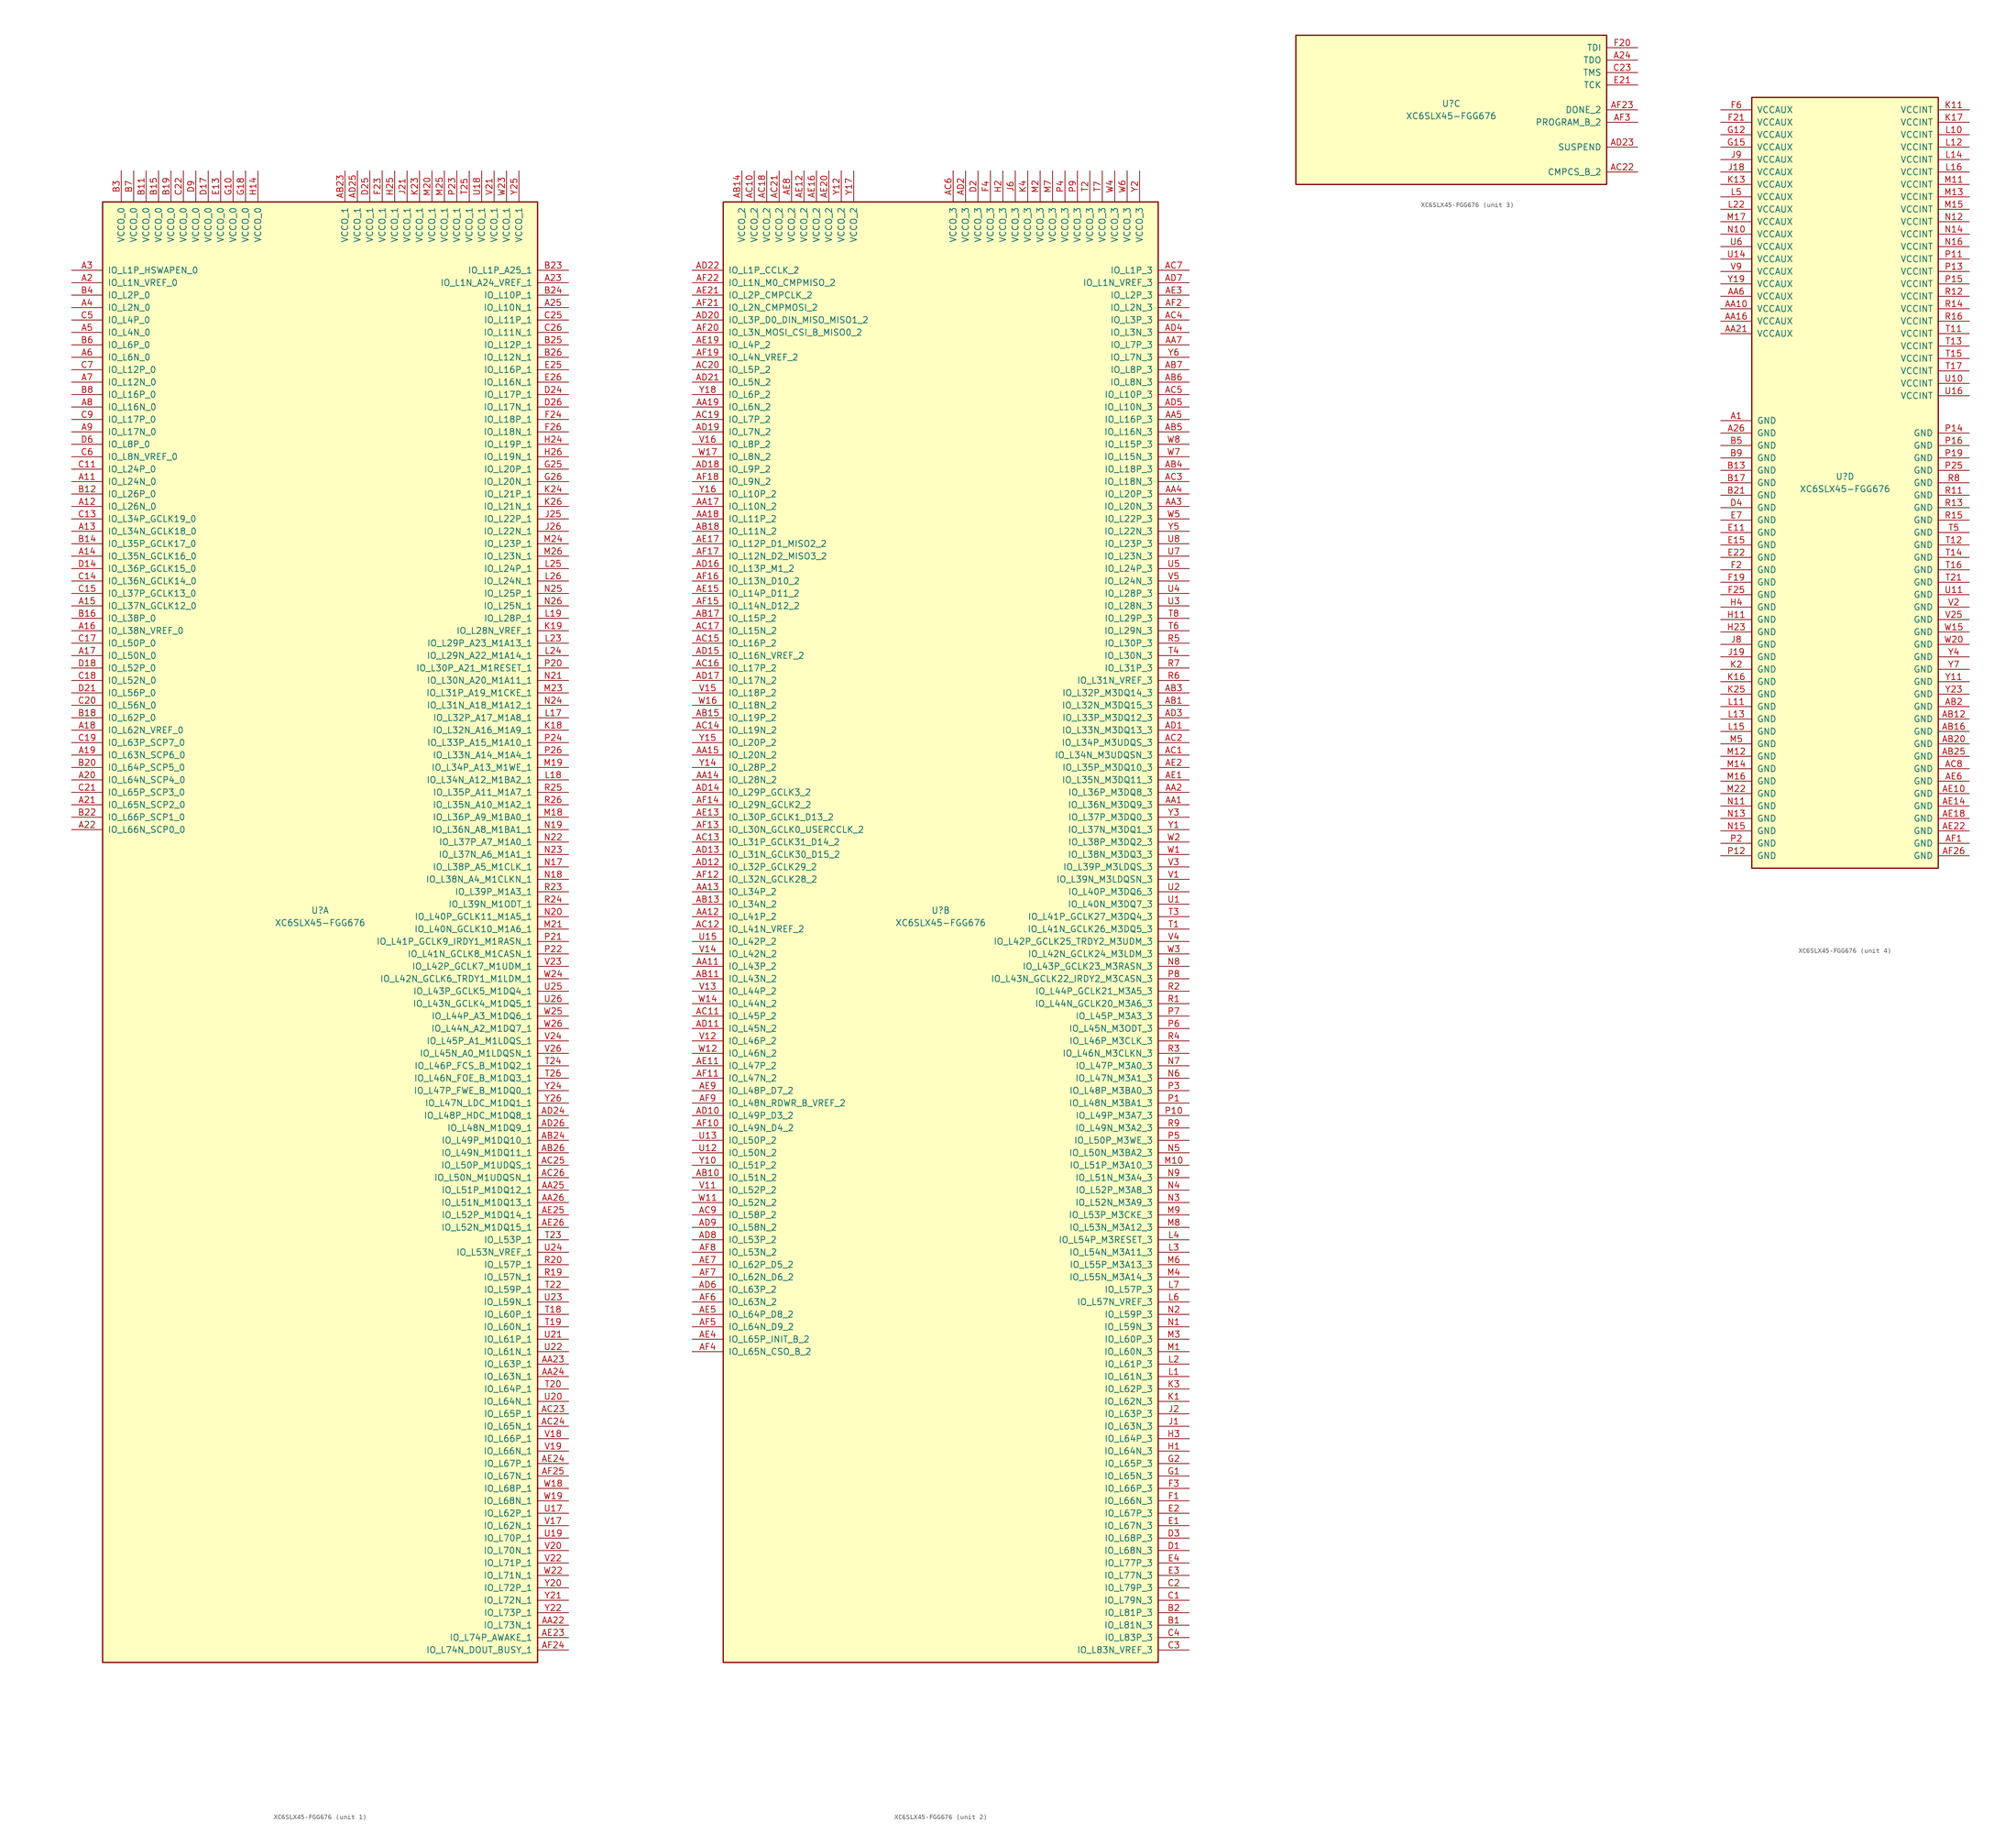
<source format=kicad_sym>
(kicad_symbol_lib
  (version 20201005)
  (generator kicad_symbol_editor)
  (symbol "FPGA_Xilinx_Spartan6:XC6SLX45-FGG676"
    (pin_names
      (offset 1.016))
    (property "Reference" "U"
      (at 0 1.27 0)
      (effects (font (size 1.27 1.27))))
    (property "Value" "XC6SLX45-FGG676"
      (at 0 -1.27 0)
      (effects (font (size 1.27 1.27))))
    (property "Datasheet" ""
      (at 0 0 0)
      (effects (font (size 1.27 1.27))))
    (property "ki_locked" ""
      (at 0 0 0)
      (effects (font (size 1.27 1.27))))
    (symbol "XC6SLX45-FGG676_1_1"
      (rectangle (start -44.45 146.05) (end 44.45 -152.4) (stroke (width 0.254)) (fill (type background)))
      (pin power_in line (at -40.64 152.4 270) (length 6.35) (name "VCCO_0" (effects (font (size 1.27 1.27)))) (number "B3" (effects (font (size 1.27 1.27)))))
      (pin power_in line (at -38.1 152.4 270) (length 6.35) (name "VCCO_0" (effects (font (size 1.27 1.27)))) (number "B7" (effects (font (size 1.27 1.27)))))
      (pin power_in line (at -35.56 152.4 270) (length 6.35) (name "VCCO_0" (effects (font (size 1.27 1.27)))) (number "B11" (effects (font (size 1.27 1.27)))))
      (pin power_in line (at -33.02 152.4 270) (length 6.35) (name "VCCO_0" (effects (font (size 1.27 1.27)))) (number "B15" (effects (font (size 1.27 1.27)))))
      (pin power_in line (at -30.48 152.4 270) (length 6.35) (name "VCCO_0" (effects (font (size 1.27 1.27)))) (number "B19" (effects (font (size 1.27 1.27)))))
      (pin power_in line (at -27.94 152.4 270) (length 6.35) (name "VCCO_0" (effects (font (size 1.27 1.27)))) (number "C22" (effects (font (size 1.27 1.27)))))
      (pin power_in line (at -25.4 152.4 270) (length 6.35) (name "VCCO_0" (effects (font (size 1.27 1.27)))) (number "D9" (effects (font (size 1.27 1.27)))))
      (pin power_in line (at -22.86 152.4 270) (length 6.35) (name "VCCO_0" (effects (font (size 1.27 1.27)))) (number "D17" (effects (font (size 1.27 1.27)))))
      (pin power_in line (at -20.32 152.4 270) (length 6.35) (name "VCCO_0" (effects (font (size 1.27 1.27)))) (number "E13" (effects (font (size 1.27 1.27)))))
      (pin power_in line (at -17.78 152.4 270) (length 6.35) (name "VCCO_0" (effects (font (size 1.27 1.27)))) (number "G10" (effects (font (size 1.27 1.27)))))
      (pin power_in line (at -15.24 152.4 270) (length 6.35) (name "VCCO_0" (effects (font (size 1.27 1.27)))) (number "G18" (effects (font (size 1.27 1.27)))))
      (pin power_in line (at -12.7 152.4 270) (length 6.35) (name "VCCO_0" (effects (font (size 1.27 1.27)))) (number "H14" (effects (font (size 1.27 1.27)))))
      (pin bidirectional line (at -50.8 132.08 0) (length 6.35) (name "IO_L1P_HSWAPEN_0" (effects (font (size 1.27 1.27)))) (number "A3" (effects (font (size 1.27 1.27)))))
      (pin bidirectional line (at -50.8 129.54 0) (length 6.35) (name "IO_L1N_VREF_0" (effects (font (size 1.27 1.27)))) (number "A2" (effects (font (size 1.27 1.27)))))
      (pin bidirectional line (at -50.8 127 0) (length 6.35) (name "IO_L2P_0" (effects (font (size 1.27 1.27)))) (number "B4" (effects (font (size 1.27 1.27)))))
      (pin bidirectional line (at -50.8 124.46 0) (length 6.35) (name "IO_L2N_0" (effects (font (size 1.27 1.27)))) (number "A4" (effects (font (size 1.27 1.27)))))
      (pin bidirectional line (at -50.8 121.92 0) (length 6.35) (name "IO_L4P_0" (effects (font (size 1.27 1.27)))) (number "C5" (effects (font (size 1.27 1.27)))))
      (pin bidirectional line (at -50.8 119.38 0) (length 6.35) (name "IO_L4N_0" (effects (font (size 1.27 1.27)))) (number "A5" (effects (font (size 1.27 1.27)))))
      (pin bidirectional line (at -50.8 116.84 0) (length 6.35) (name "IO_L6P_0" (effects (font (size 1.27 1.27)))) (number "B6" (effects (font (size 1.27 1.27)))))
      (pin bidirectional line (at -50.8 114.3 0) (length 6.35) (name "IO_L6N_0" (effects (font (size 1.27 1.27)))) (number "A6" (effects (font (size 1.27 1.27)))))
      (pin bidirectional line (at -50.8 111.76 0) (length 6.35) (name "IO_L12P_0" (effects (font (size 1.27 1.27)))) (number "C7" (effects (font (size 1.27 1.27)))))
      (pin bidirectional line (at -50.8 109.22 0) (length 6.35) (name "IO_L12N_0" (effects (font (size 1.27 1.27)))) (number "A7" (effects (font (size 1.27 1.27)))))
      (pin bidirectional line (at -50.8 106.68 0) (length 6.35) (name "IO_L16P_0" (effects (font (size 1.27 1.27)))) (number "B8" (effects (font (size 1.27 1.27)))))
      (pin bidirectional line (at -50.8 104.14 0) (length 6.35) (name "IO_L16N_0" (effects (font (size 1.27 1.27)))) (number "A8" (effects (font (size 1.27 1.27)))))
      (pin bidirectional line (at -50.8 101.6 0) (length 6.35) (name "IO_L17P_0" (effects (font (size 1.27 1.27)))) (number "C9" (effects (font (size 1.27 1.27)))))
      (pin bidirectional line (at -50.8 99.06 0) (length 6.35) (name "IO_L17N_0" (effects (font (size 1.27 1.27)))) (number "A9" (effects (font (size 1.27 1.27)))))
      (pin bidirectional line (at -50.8 96.52 0) (length 6.35) (name "IO_L8P_0" (effects (font (size 1.27 1.27)))) (number "D6" (effects (font (size 1.27 1.27)))))
      (pin bidirectional line (at -50.8 93.98 0) (length 6.35) (name "IO_L8N_VREF_0" (effects (font (size 1.27 1.27)))) (number "C6" (effects (font (size 1.27 1.27)))))
      (pin bidirectional line (at -50.8 91.44 0) (length 6.35) (name "IO_L24P_0" (effects (font (size 1.27 1.27)))) (number "C11" (effects (font (size 1.27 1.27)))))
      (pin bidirectional line (at -50.8 88.9 0) (length 6.35) (name "IO_L24N_0" (effects (font (size 1.27 1.27)))) (number "A11" (effects (font (size 1.27 1.27)))))
      (pin bidirectional line (at -50.8 86.36 0) (length 6.35) (name "IO_L26P_0" (effects (font (size 1.27 1.27)))) (number "B12" (effects (font (size 1.27 1.27)))))
      (pin bidirectional line (at -50.8 83.82 0) (length 6.35) (name "IO_L26N_0" (effects (font (size 1.27 1.27)))) (number "A12" (effects (font (size 1.27 1.27)))))
      (pin bidirectional line (at -50.8 81.28 0) (length 6.35) (name "IO_L34P_GCLK19_0" (effects (font (size 1.27 1.27)))) (number "C13" (effects (font (size 1.27 1.27)))))
      (pin bidirectional line (at -50.8 78.74 0) (length 6.35) (name "IO_L34N_GCLK18_0" (effects (font (size 1.27 1.27)))) (number "A13" (effects (font (size 1.27 1.27)))))
      (pin bidirectional line (at -50.8 76.2 0) (length 6.35) (name "IO_L35P_GCLK17_0" (effects (font (size 1.27 1.27)))) (number "B14" (effects (font (size 1.27 1.27)))))
      (pin bidirectional line (at -50.8 73.66 0) (length 6.35) (name "IO_L35N_GCLK16_0" (effects (font (size 1.27 1.27)))) (number "A14" (effects (font (size 1.27 1.27)))))
      (pin bidirectional line (at -50.8 71.12 0) (length 6.35) (name "IO_L36P_GCLK15_0" (effects (font (size 1.27 1.27)))) (number "D14" (effects (font (size 1.27 1.27)))))
      (pin bidirectional line (at -50.8 68.58 0) (length 6.35) (name "IO_L36N_GCLK14_0" (effects (font (size 1.27 1.27)))) (number "C14" (effects (font (size 1.27 1.27)))))
      (pin bidirectional line (at -50.8 66.04 0) (length 6.35) (name "IO_L37P_GCLK13_0" (effects (font (size 1.27 1.27)))) (number "C15" (effects (font (size 1.27 1.27)))))
      (pin bidirectional line (at -50.8 63.5 0) (length 6.35) (name "IO_L37N_GCLK12_0" (effects (font (size 1.27 1.27)))) (number "A15" (effects (font (size 1.27 1.27)))))
      (pin bidirectional line (at -50.8 60.96 0) (length 6.35) (name "IO_L38P_0" (effects (font (size 1.27 1.27)))) (number "B16" (effects (font (size 1.27 1.27)))))
      (pin bidirectional line (at -50.8 58.42 0) (length 6.35) (name "IO_L38N_VREF_0" (effects (font (size 1.27 1.27)))) (number "A16" (effects (font (size 1.27 1.27)))))
      (pin bidirectional line (at -50.8 55.88 0) (length 6.35) (name "IO_L50P_0" (effects (font (size 1.27 1.27)))) (number "C17" (effects (font (size 1.27 1.27)))))
      (pin bidirectional line (at -50.8 53.34 0) (length 6.35) (name "IO_L50N_0" (effects (font (size 1.27 1.27)))) (number "A17" (effects (font (size 1.27 1.27)))))
      (pin bidirectional line (at -50.8 50.8 0) (length 6.35) (name "IO_L52P_0" (effects (font (size 1.27 1.27)))) (number "D18" (effects (font (size 1.27 1.27)))))
      (pin bidirectional line (at -50.8 48.26 0) (length 6.35) (name "IO_L52N_0" (effects (font (size 1.27 1.27)))) (number "C18" (effects (font (size 1.27 1.27)))))
      (pin bidirectional line (at -50.8 45.72 0) (length 6.35) (name "IO_L56P_0" (effects (font (size 1.27 1.27)))) (number "D21" (effects (font (size 1.27 1.27)))))
      (pin bidirectional line (at -50.8 43.18 0) (length 6.35) (name "IO_L56N_0" (effects (font (size 1.27 1.27)))) (number "C20" (effects (font (size 1.27 1.27)))))
      (pin bidirectional line (at -50.8 40.64 0) (length 6.35) (name "IO_L62P_0" (effects (font (size 1.27 1.27)))) (number "B18" (effects (font (size 1.27 1.27)))))
      (pin bidirectional line (at -50.8 38.1 0) (length 6.35) (name "IO_L62N_VREF_0" (effects (font (size 1.27 1.27)))) (number "A18" (effects (font (size 1.27 1.27)))))
      (pin bidirectional line (at -50.8 35.56 0) (length 6.35) (name "IO_L63P_SCP7_0" (effects (font (size 1.27 1.27)))) (number "C19" (effects (font (size 1.27 1.27)))))
      (pin bidirectional line (at -50.8 33.02 0) (length 6.35) (name "IO_L63N_SCP6_0" (effects (font (size 1.27 1.27)))) (number "A19" (effects (font (size 1.27 1.27)))))
      (pin bidirectional line (at -50.8 30.48 0) (length 6.35) (name "IO_L64P_SCP5_0" (effects (font (size 1.27 1.27)))) (number "B20" (effects (font (size 1.27 1.27)))))
      (pin bidirectional line (at -50.8 27.94 0) (length 6.35) (name "IO_L64N_SCP4_0" (effects (font (size 1.27 1.27)))) (number "A20" (effects (font (size 1.27 1.27)))))
      (pin bidirectional line (at -50.8 25.4 0) (length 6.35) (name "IO_L65P_SCP3_0" (effects (font (size 1.27 1.27)))) (number "C21" (effects (font (size 1.27 1.27)))))
      (pin bidirectional line (at -50.8 22.86 0) (length 6.35) (name "IO_L65N_SCP2_0" (effects (font (size 1.27 1.27)))) (number "A21" (effects (font (size 1.27 1.27)))))
      (pin bidirectional line (at -50.8 20.32 0) (length 6.35) (name "IO_L66P_SCP1_0" (effects (font (size 1.27 1.27)))) (number "B22" (effects (font (size 1.27 1.27)))))
      (pin bidirectional line (at -50.8 17.78 0) (length 6.35) (name "IO_L66N_SCP0_0" (effects (font (size 1.27 1.27)))) (number "A22" (effects (font (size 1.27 1.27)))))
      (pin power_in line (at 5.08 152.4 270) (length 6.35) (name "VCCO_1" (effects (font (size 1.27 1.27)))) (number "AB23" (effects (font (size 1.27 1.27)))))
      (pin power_in line (at 7.62 152.4 270) (length 6.35) (name "VCCO_1" (effects (font (size 1.27 1.27)))) (number "AD25" (effects (font (size 1.27 1.27)))))
      (pin power_in line (at 10.16 152.4 270) (length 6.35) (name "VCCO_1" (effects (font (size 1.27 1.27)))) (number "D25" (effects (font (size 1.27 1.27)))))
      (pin power_in line (at 12.7 152.4 270) (length 6.35) (name "VCCO_1" (effects (font (size 1.27 1.27)))) (number "F23" (effects (font (size 1.27 1.27)))))
      (pin power_in line (at 15.24 152.4 270) (length 6.35) (name "VCCO_1" (effects (font (size 1.27 1.27)))) (number "H25" (effects (font (size 1.27 1.27)))))
      (pin power_in line (at 17.78 152.4 270) (length 6.35) (name "VCCO_1" (effects (font (size 1.27 1.27)))) (number "J21" (effects (font (size 1.27 1.27)))))
      (pin power_in line (at 20.32 152.4 270) (length 6.35) (name "VCCO_1" (effects (font (size 1.27 1.27)))) (number "K23" (effects (font (size 1.27 1.27)))))
      (pin power_in line (at 22.86 152.4 270) (length 6.35) (name "VCCO_1" (effects (font (size 1.27 1.27)))) (number "M20" (effects (font (size 1.27 1.27)))))
      (pin power_in line (at 25.4 152.4 270) (length 6.35) (name "VCCO_1" (effects (font (size 1.27 1.27)))) (number "M25" (effects (font (size 1.27 1.27)))))
      (pin power_in line (at 27.94 152.4 270) (length 6.35) (name "VCCO_1" (effects (font (size 1.27 1.27)))) (number "P23" (effects (font (size 1.27 1.27)))))
      (pin power_in line (at 30.48 152.4 270) (length 6.35) (name "VCCO_1" (effects (font (size 1.27 1.27)))) (number "T25" (effects (font (size 1.27 1.27)))))
      (pin power_in line (at 33.02 152.4 270) (length 6.35) (name "VCCO_1" (effects (font (size 1.27 1.27)))) (number "U18" (effects (font (size 1.27 1.27)))))
      (pin power_in line (at 35.56 152.4 270) (length 6.35) (name "VCCO_1" (effects (font (size 1.27 1.27)))) (number "V21" (effects (font (size 1.27 1.27)))))
      (pin power_in line (at 38.1 152.4 270) (length 6.35) (name "VCCO_1" (effects (font (size 1.27 1.27)))) (number "W23" (effects (font (size 1.27 1.27)))))
      (pin power_in line (at 40.64 152.4 270) (length 6.35) (name "VCCO_1" (effects (font (size 1.27 1.27)))) (number "Y25" (effects (font (size 1.27 1.27)))))
      (pin bidirectional line (at 50.8 132.08 180) (length 6.35) (name "IO_L1P_A25_1" (effects (font (size 1.27 1.27)))) (number "B23" (effects (font (size 1.27 1.27)))))
      (pin bidirectional line (at 50.8 129.54 180) (length 6.35) (name "IO_L1N_A24_VREF_1" (effects (font (size 1.27 1.27)))) (number "A23" (effects (font (size 1.27 1.27)))))
      (pin bidirectional line (at 50.8 127 180) (length 6.35) (name "IO_L10P_1" (effects (font (size 1.27 1.27)))) (number "B24" (effects (font (size 1.27 1.27)))))
      (pin bidirectional line (at 50.8 124.46 180) (length 6.35) (name "IO_L10N_1" (effects (font (size 1.27 1.27)))) (number "A25" (effects (font (size 1.27 1.27)))))
      (pin bidirectional line (at 50.8 121.92 180) (length 6.35) (name "IO_L11P_1" (effects (font (size 1.27 1.27)))) (number "C25" (effects (font (size 1.27 1.27)))))
      (pin bidirectional line (at 50.8 119.38 180) (length 6.35) (name "IO_L11N_1" (effects (font (size 1.27 1.27)))) (number "C26" (effects (font (size 1.27 1.27)))))
      (pin bidirectional line (at 50.8 116.84 180) (length 6.35) (name "IO_L12P_1" (effects (font (size 1.27 1.27)))) (number "B25" (effects (font (size 1.27 1.27)))))
      (pin bidirectional line (at 50.8 114.3 180) (length 6.35) (name "IO_L12N_1" (effects (font (size 1.27 1.27)))) (number "B26" (effects (font (size 1.27 1.27)))))
      (pin bidirectional line (at 50.8 111.76 180) (length 6.35) (name "IO_L16P_1" (effects (font (size 1.27 1.27)))) (number "E25" (effects (font (size 1.27 1.27)))))
      (pin bidirectional line (at 50.8 109.22 180) (length 6.35) (name "IO_L16N_1" (effects (font (size 1.27 1.27)))) (number "E26" (effects (font (size 1.27 1.27)))))
      (pin bidirectional line (at 50.8 106.68 180) (length 6.35) (name "IO_L17P_1" (effects (font (size 1.27 1.27)))) (number "D24" (effects (font (size 1.27 1.27)))))
      (pin bidirectional line (at 50.8 104.14 180) (length 6.35) (name "IO_L17N_1" (effects (font (size 1.27 1.27)))) (number "D26" (effects (font (size 1.27 1.27)))))
      (pin bidirectional line (at 50.8 101.6 180) (length 6.35) (name "IO_L18P_1" (effects (font (size 1.27 1.27)))) (number "F24" (effects (font (size 1.27 1.27)))))
      (pin bidirectional line (at 50.8 99.06 180) (length 6.35) (name "IO_L18N_1" (effects (font (size 1.27 1.27)))) (number "F26" (effects (font (size 1.27 1.27)))))
      (pin bidirectional line (at 50.8 96.52 180) (length 6.35) (name "IO_L19P_1" (effects (font (size 1.27 1.27)))) (number "H24" (effects (font (size 1.27 1.27)))))
      (pin bidirectional line (at 50.8 93.98 180) (length 6.35) (name "IO_L19N_1" (effects (font (size 1.27 1.27)))) (number "H26" (effects (font (size 1.27 1.27)))))
      (pin bidirectional line (at 50.8 91.44 180) (length 6.35) (name "IO_L20P_1" (effects (font (size 1.27 1.27)))) (number "G25" (effects (font (size 1.27 1.27)))))
      (pin bidirectional line (at 50.8 88.9 180) (length 6.35) (name "IO_L20N_1" (effects (font (size 1.27 1.27)))) (number "G26" (effects (font (size 1.27 1.27)))))
      (pin bidirectional line (at 50.8 86.36 180) (length 6.35) (name "IO_L21P_1" (effects (font (size 1.27 1.27)))) (number "K24" (effects (font (size 1.27 1.27)))))
      (pin bidirectional line (at 50.8 83.82 180) (length 6.35) (name "IO_L21N_1" (effects (font (size 1.27 1.27)))) (number "K26" (effects (font (size 1.27 1.27)))))
      (pin bidirectional line (at 50.8 81.28 180) (length 6.35) (name "IO_L22P_1" (effects (font (size 1.27 1.27)))) (number "J25" (effects (font (size 1.27 1.27)))))
      (pin bidirectional line (at 50.8 78.74 180) (length 6.35) (name "IO_L22N_1" (effects (font (size 1.27 1.27)))) (number "J26" (effects (font (size 1.27 1.27)))))
      (pin bidirectional line (at 50.8 76.2 180) (length 6.35) (name "IO_L23P_1" (effects (font (size 1.27 1.27)))) (number "M24" (effects (font (size 1.27 1.27)))))
      (pin bidirectional line (at 50.8 73.66 180) (length 6.35) (name "IO_L23N_1" (effects (font (size 1.27 1.27)))) (number "M26" (effects (font (size 1.27 1.27)))))
      (pin bidirectional line (at 50.8 71.12 180) (length 6.35) (name "IO_L24P_1" (effects (font (size 1.27 1.27)))) (number "L25" (effects (font (size 1.27 1.27)))))
      (pin bidirectional line (at 50.8 68.58 180) (length 6.35) (name "IO_L24N_1" (effects (font (size 1.27 1.27)))) (number "L26" (effects (font (size 1.27 1.27)))))
      (pin bidirectional line (at 50.8 66.04 180) (length 6.35) (name "IO_L25P_1" (effects (font (size 1.27 1.27)))) (number "N25" (effects (font (size 1.27 1.27)))))
      (pin bidirectional line (at 50.8 63.5 180) (length 6.35) (name "IO_L25N_1" (effects (font (size 1.27 1.27)))) (number "N26" (effects (font (size 1.27 1.27)))))
      (pin bidirectional line (at 50.8 60.96 180) (length 6.35) (name "IO_L28P_1" (effects (font (size 1.27 1.27)))) (number "L19" (effects (font (size 1.27 1.27)))))
      (pin bidirectional line (at 50.8 58.42 180) (length 6.35) (name "IO_L28N_VREF_1" (effects (font (size 1.27 1.27)))) (number "K19" (effects (font (size 1.27 1.27)))))
      (pin bidirectional line (at 50.8 55.88 180) (length 6.35) (name "IO_L29P_A23_M1A13_1" (effects (font (size 1.27 1.27)))) (number "L23" (effects (font (size 1.27 1.27)))))
      (pin bidirectional line (at 50.8 53.34 180) (length 6.35) (name "IO_L29N_A22_M1A14_1" (effects (font (size 1.27 1.27)))) (number "L24" (effects (font (size 1.27 1.27)))))
      (pin bidirectional line (at 50.8 50.8 180) (length 6.35) (name "IO_L30P_A21_M1RESET_1" (effects (font (size 1.27 1.27)))) (number "P20" (effects (font (size 1.27 1.27)))))
      (pin bidirectional line (at 50.8 48.26 180) (length 6.35) (name "IO_L30N_A20_M1A11_1" (effects (font (size 1.27 1.27)))) (number "N21" (effects (font (size 1.27 1.27)))))
      (pin bidirectional line (at 50.8 45.72 180) (length 6.35) (name "IO_L31P_A19_M1CKE_1" (effects (font (size 1.27 1.27)))) (number "M23" (effects (font (size 1.27 1.27)))))
      (pin bidirectional line (at 50.8 43.18 180) (length 6.35) (name "IO_L31N_A18_M1A12_1" (effects (font (size 1.27 1.27)))) (number "N24" (effects (font (size 1.27 1.27)))))
      (pin bidirectional line (at 50.8 40.64 180) (length 6.35) (name "IO_L32P_A17_M1A8_1" (effects (font (size 1.27 1.27)))) (number "L17" (effects (font (size 1.27 1.27)))))
      (pin bidirectional line (at 50.8 38.1 180) (length 6.35) (name "IO_L32N_A16_M1A9_1" (effects (font (size 1.27 1.27)))) (number "K18" (effects (font (size 1.27 1.27)))))
      (pin bidirectional line (at 50.8 35.56 180) (length 6.35) (name "IO_L33P_A15_M1A10_1" (effects (font (size 1.27 1.27)))) (number "P24" (effects (font (size 1.27 1.27)))))
      (pin bidirectional line (at 50.8 33.02 180) (length 6.35) (name "IO_L33N_A14_M1A4_1" (effects (font (size 1.27 1.27)))) (number "P26" (effects (font (size 1.27 1.27)))))
      (pin bidirectional line (at 50.8 30.48 180) (length 6.35) (name "IO_L34P_A13_M1WE_1" (effects (font (size 1.27 1.27)))) (number "M19" (effects (font (size 1.27 1.27)))))
      (pin bidirectional line (at 50.8 27.94 180) (length 6.35) (name "IO_L34N_A12_M1BA2_1" (effects (font (size 1.27 1.27)))) (number "L18" (effects (font (size 1.27 1.27)))))
      (pin bidirectional line (at 50.8 25.4 180) (length 6.35) (name "IO_L35P_A11_M1A7_1" (effects (font (size 1.27 1.27)))) (number "R25" (effects (font (size 1.27 1.27)))))
      (pin bidirectional line (at 50.8 22.86 180) (length 6.35) (name "IO_L35N_A10_M1A2_1" (effects (font (size 1.27 1.27)))) (number "R26" (effects (font (size 1.27 1.27)))))
      (pin bidirectional line (at 50.8 20.32 180) (length 6.35) (name "IO_L36P_A9_M1BA0_1" (effects (font (size 1.27 1.27)))) (number "M18" (effects (font (size 1.27 1.27)))))
      (pin bidirectional line (at 50.8 17.78 180) (length 6.35) (name "IO_L36N_A8_M1BA1_1" (effects (font (size 1.27 1.27)))) (number "N19" (effects (font (size 1.27 1.27)))))
      (pin bidirectional line (at 50.8 15.24 180) (length 6.35) (name "IO_L37P_A7_M1A0_1" (effects (font (size 1.27 1.27)))) (number "N22" (effects (font (size 1.27 1.27)))))
      (pin bidirectional line (at 50.8 12.7 180) (length 6.35) (name "IO_L37N_A6_M1A1_1" (effects (font (size 1.27 1.27)))) (number "N23" (effects (font (size 1.27 1.27)))))
      (pin bidirectional line (at 50.8 10.16 180) (length 6.35) (name "IO_L38P_A5_M1CLK_1" (effects (font (size 1.27 1.27)))) (number "N17" (effects (font (size 1.27 1.27)))))
      (pin bidirectional line (at 50.8 7.62 180) (length 6.35) (name "IO_L38N_A4_M1CLKN_1" (effects (font (size 1.27 1.27)))) (number "N18" (effects (font (size 1.27 1.27)))))
      (pin bidirectional line (at 50.8 5.08 180) (length 6.35) (name "IO_L39P_M1A3_1" (effects (font (size 1.27 1.27)))) (number "R23" (effects (font (size 1.27 1.27)))))
      (pin bidirectional line (at 50.8 2.54 180) (length 6.35) (name "IO_L39N_M1ODT_1" (effects (font (size 1.27 1.27)))) (number "R24" (effects (font (size 1.27 1.27)))))
      (pin bidirectional line (at 50.8 0 180) (length 6.35) (name "IO_L40P_GCLK11_M1A5_1" (effects (font (size 1.27 1.27)))) (number "N20" (effects (font (size 1.27 1.27)))))
      (pin bidirectional line (at 50.8 -2.54 180) (length 6.35) (name "IO_L40N_GCLK10_M1A6_1" (effects (font (size 1.27 1.27)))) (number "M21" (effects (font (size 1.27 1.27)))))
      (pin bidirectional line (at 50.8 -5.08 180) (length 6.35) (name "IO_L41P_GCLK9_IRDY1_M1RASN_1" (effects (font (size 1.27 1.27)))) (number "P21" (effects (font (size 1.27 1.27)))))
      (pin bidirectional line (at 50.8 -7.62 180) (length 6.35) (name "IO_L41N_GCLK8_M1CASN_1" (effects (font (size 1.27 1.27)))) (number "P22" (effects (font (size 1.27 1.27)))))
      (pin bidirectional line (at 50.8 -10.16 180) (length 6.35) (name "IO_L42P_GCLK7_M1UDM_1" (effects (font (size 1.27 1.27)))) (number "V23" (effects (font (size 1.27 1.27)))))
      (pin bidirectional line (at 50.8 -12.7 180) (length 6.35) (name "IO_L42N_GCLK6_TRDY1_M1LDM_1" (effects (font (size 1.27 1.27)))) (number "W24" (effects (font (size 1.27 1.27)))))
      (pin bidirectional line (at 50.8 -15.24 180) (length 6.35) (name "IO_L43P_GCLK5_M1DQ4_1" (effects (font (size 1.27 1.27)))) (number "U25" (effects (font (size 1.27 1.27)))))
      (pin bidirectional line (at 50.8 -17.78 180) (length 6.35) (name "IO_L43N_GCLK4_M1DQ5_1" (effects (font (size 1.27 1.27)))) (number "U26" (effects (font (size 1.27 1.27)))))
      (pin bidirectional line (at 50.8 -20.32 180) (length 6.35) (name "IO_L44P_A3_M1DQ6_1" (effects (font (size 1.27 1.27)))) (number "W25" (effects (font (size 1.27 1.27)))))
      (pin bidirectional line (at 50.8 -22.86 180) (length 6.35) (name "IO_L44N_A2_M1DQ7_1" (effects (font (size 1.27 1.27)))) (number "W26" (effects (font (size 1.27 1.27)))))
      (pin bidirectional line (at 50.8 -25.4 180) (length 6.35) (name "IO_L45P_A1_M1LDQS_1" (effects (font (size 1.27 1.27)))) (number "V24" (effects (font (size 1.27 1.27)))))
      (pin bidirectional line (at 50.8 -27.94 180) (length 6.35) (name "IO_L45N_A0_M1LDQSN_1" (effects (font (size 1.27 1.27)))) (number "V26" (effects (font (size 1.27 1.27)))))
      (pin bidirectional line (at 50.8 -30.48 180) (length 6.35) (name "IO_L46P_FCS_B_M1DQ2_1" (effects (font (size 1.27 1.27)))) (number "T24" (effects (font (size 1.27 1.27)))))
      (pin bidirectional line (at 50.8 -33.02 180) (length 6.35) (name "IO_L46N_FOE_B_M1DQ3_1" (effects (font (size 1.27 1.27)))) (number "T26" (effects (font (size 1.27 1.27)))))
      (pin bidirectional line (at 50.8 -35.56 180) (length 6.35) (name "IO_L47P_FWE_B_M1DQ0_1" (effects (font (size 1.27 1.27)))) (number "Y24" (effects (font (size 1.27 1.27)))))
      (pin bidirectional line (at 50.8 -38.1 180) (length 6.35) (name "IO_L47N_LDC_M1DQ1_1" (effects (font (size 1.27 1.27)))) (number "Y26" (effects (font (size 1.27 1.27)))))
      (pin bidirectional line (at 50.8 -40.64 180) (length 6.35) (name "IO_L48P_HDC_M1DQ8_1" (effects (font (size 1.27 1.27)))) (number "AD24" (effects (font (size 1.27 1.27)))))
      (pin bidirectional line (at 50.8 -43.18 180) (length 6.35) (name "IO_L48N_M1DQ9_1" (effects (font (size 1.27 1.27)))) (number "AD26" (effects (font (size 1.27 1.27)))))
      (pin bidirectional line (at 50.8 -45.72 180) (length 6.35) (name "IO_L49P_M1DQ10_1" (effects (font (size 1.27 1.27)))) (number "AB24" (effects (font (size 1.27 1.27)))))
      (pin bidirectional line (at 50.8 -48.26 180) (length 6.35) (name "IO_L49N_M1DQ11_1" (effects (font (size 1.27 1.27)))) (number "AB26" (effects (font (size 1.27 1.27)))))
      (pin bidirectional line (at 50.8 -50.8 180) (length 6.35) (name "IO_L50P_M1UDQS_1" (effects (font (size 1.27 1.27)))) (number "AC25" (effects (font (size 1.27 1.27)))))
      (pin bidirectional line (at 50.8 -53.34 180) (length 6.35) (name "IO_L50N_M1UDQSN_1" (effects (font (size 1.27 1.27)))) (number "AC26" (effects (font (size 1.27 1.27)))))
      (pin bidirectional line (at 50.8 -55.88 180) (length 6.35) (name "IO_L51P_M1DQ12_1" (effects (font (size 1.27 1.27)))) (number "AA25" (effects (font (size 1.27 1.27)))))
      (pin bidirectional line (at 50.8 -58.42 180) (length 6.35) (name "IO_L51N_M1DQ13_1" (effects (font (size 1.27 1.27)))) (number "AA26" (effects (font (size 1.27 1.27)))))
      (pin bidirectional line (at 50.8 -60.96 180) (length 6.35) (name "IO_L52P_M1DQ14_1" (effects (font (size 1.27 1.27)))) (number "AE25" (effects (font (size 1.27 1.27)))))
      (pin bidirectional line (at 50.8 -63.5 180) (length 6.35) (name "IO_L52N_M1DQ15_1" (effects (font (size 1.27 1.27)))) (number "AE26" (effects (font (size 1.27 1.27)))))
      (pin bidirectional line (at 50.8 -66.04 180) (length 6.35) (name "IO_L53P_1" (effects (font (size 1.27 1.27)))) (number "T23" (effects (font (size 1.27 1.27)))))
      (pin bidirectional line (at 50.8 -68.58 180) (length 6.35) (name "IO_L53N_VREF_1" (effects (font (size 1.27 1.27)))) (number "U24" (effects (font (size 1.27 1.27)))))
      (pin bidirectional line (at 50.8 -71.12 180) (length 6.35) (name "IO_L57P_1" (effects (font (size 1.27 1.27)))) (number "R20" (effects (font (size 1.27 1.27)))))
      (pin bidirectional line (at 50.8 -73.66 180) (length 6.35) (name "IO_L57N_1" (effects (font (size 1.27 1.27)))) (number "R19" (effects (font (size 1.27 1.27)))))
      (pin bidirectional line (at 50.8 -76.2 180) (length 6.35) (name "IO_L59P_1" (effects (font (size 1.27 1.27)))) (number "T22" (effects (font (size 1.27 1.27)))))
      (pin bidirectional line (at 50.8 -78.74 180) (length 6.35) (name "IO_L59N_1" (effects (font (size 1.27 1.27)))) (number "U23" (effects (font (size 1.27 1.27)))))
      (pin bidirectional line (at 50.8 -81.28 180) (length 6.35) (name "IO_L60P_1" (effects (font (size 1.27 1.27)))) (number "T18" (effects (font (size 1.27 1.27)))))
      (pin bidirectional line (at 50.8 -83.82 180) (length 6.35) (name "IO_L60N_1" (effects (font (size 1.27 1.27)))) (number "T19" (effects (font (size 1.27 1.27)))))
      (pin bidirectional line (at 50.8 -86.36 180) (length 6.35) (name "IO_L61P_1" (effects (font (size 1.27 1.27)))) (number "U21" (effects (font (size 1.27 1.27)))))
      (pin bidirectional line (at 50.8 -88.9 180) (length 6.35) (name "IO_L61N_1" (effects (font (size 1.27 1.27)))) (number "U22" (effects (font (size 1.27 1.27)))))
      (pin bidirectional line (at 50.8 -91.44 180) (length 6.35) (name "IO_L63P_1" (effects (font (size 1.27 1.27)))) (number "AA23" (effects (font (size 1.27 1.27)))))
      (pin bidirectional line (at 50.8 -93.98 180) (length 6.35) (name "IO_L63N_1" (effects (font (size 1.27 1.27)))) (number "AA24" (effects (font (size 1.27 1.27)))))
      (pin bidirectional line (at 50.8 -96.52 180) (length 6.35) (name "IO_L64P_1" (effects (font (size 1.27 1.27)))) (number "T20" (effects (font (size 1.27 1.27)))))
      (pin bidirectional line (at 50.8 -99.06 180) (length 6.35) (name "IO_L64N_1" (effects (font (size 1.27 1.27)))) (number "U20" (effects (font (size 1.27 1.27)))))
      (pin bidirectional line (at 50.8 -101.6 180) (length 6.35) (name "IO_L65P_1" (effects (font (size 1.27 1.27)))) (number "AC23" (effects (font (size 1.27 1.27)))))
      (pin bidirectional line (at 50.8 -104.14 180) (length 6.35) (name "IO_L65N_1" (effects (font (size 1.27 1.27)))) (number "AC24" (effects (font (size 1.27 1.27)))))
      (pin bidirectional line (at 50.8 -106.68 180) (length 6.35) (name "IO_L66P_1" (effects (font (size 1.27 1.27)))) (number "V18" (effects (font (size 1.27 1.27)))))
      (pin bidirectional line (at 50.8 -109.22 180) (length 6.35) (name "IO_L66N_1" (effects (font (size 1.27 1.27)))) (number "V19" (effects (font (size 1.27 1.27)))))
      (pin bidirectional line (at 50.8 -111.76 180) (length 6.35) (name "IO_L67P_1" (effects (font (size 1.27 1.27)))) (number "AE24" (effects (font (size 1.27 1.27)))))
      (pin bidirectional line (at 50.8 -114.3 180) (length 6.35) (name "IO_L67N_1" (effects (font (size 1.27 1.27)))) (number "AF25" (effects (font (size 1.27 1.27)))))
      (pin bidirectional line (at 50.8 -116.84 180) (length 6.35) (name "IO_L68P_1" (effects (font (size 1.27 1.27)))) (number "W18" (effects (font (size 1.27 1.27)))))
      (pin bidirectional line (at 50.8 -119.38 180) (length 6.35) (name "IO_L68N_1" (effects (font (size 1.27 1.27)))) (number "W19" (effects (font (size 1.27 1.27)))))
      (pin bidirectional line (at 50.8 -121.92 180) (length 6.35) (name "IO_L62P_1" (effects (font (size 1.27 1.27)))) (number "U17" (effects (font (size 1.27 1.27)))))
      (pin bidirectional line (at 50.8 -124.46 180) (length 6.35) (name "IO_L62N_1" (effects (font (size 1.27 1.27)))) (number "V17" (effects (font (size 1.27 1.27)))))
      (pin bidirectional line (at 50.8 -127 180) (length 6.35) (name "IO_L70P_1" (effects (font (size 1.27 1.27)))) (number "U19" (effects (font (size 1.27 1.27)))))
      (pin bidirectional line (at 50.8 -129.54 180) (length 6.35) (name "IO_L70N_1" (effects (font (size 1.27 1.27)))) (number "V20" (effects (font (size 1.27 1.27)))))
      (pin bidirectional line (at 50.8 -132.08 180) (length 6.35) (name "IO_L71P_1" (effects (font (size 1.27 1.27)))) (number "V22" (effects (font (size 1.27 1.27)))))
      (pin bidirectional line (at 50.8 -134.62 180) (length 6.35) (name "IO_L71N_1" (effects (font (size 1.27 1.27)))) (number "W22" (effects (font (size 1.27 1.27)))))
      (pin bidirectional line (at 50.8 -137.16 180) (length 6.35) (name "IO_L72P_1" (effects (font (size 1.27 1.27)))) (number "Y20" (effects (font (size 1.27 1.27)))))
      (pin bidirectional line (at 50.8 -139.7 180) (length 6.35) (name "IO_L72N_1" (effects (font (size 1.27 1.27)))) (number "Y21" (effects (font (size 1.27 1.27)))))
      (pin bidirectional line (at 50.8 -142.24 180) (length 6.35) (name "IO_L73P_1" (effects (font (size 1.27 1.27)))) (number "Y22" (effects (font (size 1.27 1.27)))))
      (pin bidirectional line (at 50.8 -144.78 180) (length 6.35) (name "IO_L73N_1" (effects (font (size 1.27 1.27)))) (number "AA22" (effects (font (size 1.27 1.27)))))
      (pin bidirectional line (at 50.8 -147.32 180) (length 6.35) (name "IO_L74P_AWAKE_1" (effects (font (size 1.27 1.27)))) (number "AE23" (effects (font (size 1.27 1.27)))))
      (pin bidirectional line (at 50.8 -149.86 180) (length 6.35) (name "IO_L74N_DOUT_BUSY_1" (effects (font (size 1.27 1.27)))) (number "AF24" (effects (font (size 1.27 1.27))))))
    (symbol "XC6SLX45-FGG676_2_1"
      (rectangle (start -44.45 146.05) (end 44.45 -152.4) (stroke (width 0.254)) (fill (type background)))
      (pin power_in line (at -40.64 152.4 270) (length 6.35) (name "VCCO_2" (effects (font (size 1.27 1.27)))) (number "AB14" (effects (font (size 1.27 1.27)))))
      (pin power_in line (at -38.1 152.4 270) (length 6.35) (name "VCCO_2" (effects (font (size 1.27 1.27)))) (number "AC10" (effects (font (size 1.27 1.27)))))
      (pin power_in line (at -35.56 152.4 270) (length 6.35) (name "VCCO_2" (effects (font (size 1.27 1.27)))) (number "AC18" (effects (font (size 1.27 1.27)))))
      (pin power_in line (at -33.02 152.4 270) (length 6.35) (name "VCCO_2" (effects (font (size 1.27 1.27)))) (number "AC21" (effects (font (size 1.27 1.27)))))
      (pin power_in line (at -30.48 152.4 270) (length 6.35) (name "VCCO_2" (effects (font (size 1.27 1.27)))) (number "AE8" (effects (font (size 1.27 1.27)))))
      (pin power_in line (at -27.94 152.4 270) (length 6.35) (name "VCCO_2" (effects (font (size 1.27 1.27)))) (number "AE12" (effects (font (size 1.27 1.27)))))
      (pin power_in line (at -25.4 152.4 270) (length 6.35) (name "VCCO_2" (effects (font (size 1.27 1.27)))) (number "AE16" (effects (font (size 1.27 1.27)))))
      (pin power_in line (at -22.86 152.4 270) (length 6.35) (name "VCCO_2" (effects (font (size 1.27 1.27)))) (number "AE20" (effects (font (size 1.27 1.27)))))
      (pin power_in line (at -20.32 152.4 270) (length 6.35) (name "VCCO_2" (effects (font (size 1.27 1.27)))) (number "Y12" (effects (font (size 1.27 1.27)))))
      (pin power_in line (at -17.78 152.4 270) (length 6.35) (name "VCCO_2" (effects (font (size 1.27 1.27)))) (number "Y17" (effects (font (size 1.27 1.27)))))
      (pin bidirectional line (at -50.8 132.08 0) (length 6.35) (name "IO_L1P_CCLK_2" (effects (font (size 1.27 1.27)))) (number "AD22" (effects (font (size 1.27 1.27)))))
      (pin bidirectional line (at -50.8 129.54 0) (length 6.35) (name "IO_L1N_M0_CMPMISO_2" (effects (font (size 1.27 1.27)))) (number "AF22" (effects (font (size 1.27 1.27)))))
      (pin bidirectional line (at -50.8 127 0) (length 6.35) (name "IO_L2P_CMPCLK_2" (effects (font (size 1.27 1.27)))) (number "AE21" (effects (font (size 1.27 1.27)))))
      (pin bidirectional line (at -50.8 124.46 0) (length 6.35) (name "IO_L2N_CMPMOSI_2" (effects (font (size 1.27 1.27)))) (number "AF21" (effects (font (size 1.27 1.27)))))
      (pin bidirectional line (at -50.8 121.92 0) (length 6.35) (name "IO_L3P_D0_DIN_MISO_MISO1_2" (effects (font (size 1.27 1.27)))) (number "AD20" (effects (font (size 1.27 1.27)))))
      (pin bidirectional line (at -50.8 119.38 0) (length 6.35) (name "IO_L3N_MOSI_CSI_B_MISO0_2" (effects (font (size 1.27 1.27)))) (number "AF20" (effects (font (size 1.27 1.27)))))
      (pin bidirectional line (at -50.8 116.84 0) (length 6.35) (name "IO_L4P_2" (effects (font (size 1.27 1.27)))) (number "AE19" (effects (font (size 1.27 1.27)))))
      (pin bidirectional line (at -50.8 114.3 0) (length 6.35) (name "IO_L4N_VREF_2" (effects (font (size 1.27 1.27)))) (number "AF19" (effects (font (size 1.27 1.27)))))
      (pin bidirectional line (at -50.8 111.76 0) (length 6.35) (name "IO_L5P_2" (effects (font (size 1.27 1.27)))) (number "AC20" (effects (font (size 1.27 1.27)))))
      (pin bidirectional line (at -50.8 109.22 0) (length 6.35) (name "IO_L5N_2" (effects (font (size 1.27 1.27)))) (number "AD21" (effects (font (size 1.27 1.27)))))
      (pin bidirectional line (at -50.8 106.68 0) (length 6.35) (name "IO_L6P_2" (effects (font (size 1.27 1.27)))) (number "Y18" (effects (font (size 1.27 1.27)))))
      (pin bidirectional line (at -50.8 104.14 0) (length 6.35) (name "IO_L6N_2" (effects (font (size 1.27 1.27)))) (number "AA19" (effects (font (size 1.27 1.27)))))
      (pin bidirectional line (at -50.8 101.6 0) (length 6.35) (name "IO_L7P_2" (effects (font (size 1.27 1.27)))) (number "AC19" (effects (font (size 1.27 1.27)))))
      (pin bidirectional line (at -50.8 99.06 0) (length 6.35) (name "IO_L7N_2" (effects (font (size 1.27 1.27)))) (number "AD19" (effects (font (size 1.27 1.27)))))
      (pin bidirectional line (at -50.8 96.52 0) (length 6.35) (name "IO_L8P_2" (effects (font (size 1.27 1.27)))) (number "V16" (effects (font (size 1.27 1.27)))))
      (pin bidirectional line (at -50.8 93.98 0) (length 6.35) (name "IO_L8N_2" (effects (font (size 1.27 1.27)))) (number "W17" (effects (font (size 1.27 1.27)))))
      (pin bidirectional line (at -50.8 91.44 0) (length 6.35) (name "IO_L9P_2" (effects (font (size 1.27 1.27)))) (number "AD18" (effects (font (size 1.27 1.27)))))
      (pin bidirectional line (at -50.8 88.9 0) (length 6.35) (name "IO_L9N_2" (effects (font (size 1.27 1.27)))) (number "AF18" (effects (font (size 1.27 1.27)))))
      (pin bidirectional line (at -50.8 86.36 0) (length 6.35) (name "IO_L10P_2" (effects (font (size 1.27 1.27)))) (number "Y16" (effects (font (size 1.27 1.27)))))
      (pin bidirectional line (at -50.8 83.82 0) (length 6.35) (name "IO_L10N_2" (effects (font (size 1.27 1.27)))) (number "AA17" (effects (font (size 1.27 1.27)))))
      (pin bidirectional line (at -50.8 81.28 0) (length 6.35) (name "IO_L11P_2" (effects (font (size 1.27 1.27)))) (number "AA18" (effects (font (size 1.27 1.27)))))
      (pin bidirectional line (at -50.8 78.74 0) (length 6.35) (name "IO_L11N_2" (effects (font (size 1.27 1.27)))) (number "AB18" (effects (font (size 1.27 1.27)))))
      (pin bidirectional line (at -50.8 76.2 0) (length 6.35) (name "IO_L12P_D1_MISO2_2" (effects (font (size 1.27 1.27)))) (number "AE17" (effects (font (size 1.27 1.27)))))
      (pin bidirectional line (at -50.8 73.66 0) (length 6.35) (name "IO_L12N_D2_MISO3_2" (effects (font (size 1.27 1.27)))) (number "AF17" (effects (font (size 1.27 1.27)))))
      (pin bidirectional line (at -50.8 71.12 0) (length 6.35) (name "IO_L13P_M1_2" (effects (font (size 1.27 1.27)))) (number "AD16" (effects (font (size 1.27 1.27)))))
      (pin bidirectional line (at -50.8 68.58 0) (length 6.35) (name "IO_L13N_D10_2" (effects (font (size 1.27 1.27)))) (number "AF16" (effects (font (size 1.27 1.27)))))
      (pin bidirectional line (at -50.8 66.04 0) (length 6.35) (name "IO_L14P_D11_2" (effects (font (size 1.27 1.27)))) (number "AE15" (effects (font (size 1.27 1.27)))))
      (pin bidirectional line (at -50.8 63.5 0) (length 6.35) (name "IO_L14N_D12_2" (effects (font (size 1.27 1.27)))) (number "AF15" (effects (font (size 1.27 1.27)))))
      (pin bidirectional line (at -50.8 60.96 0) (length 6.35) (name "IO_L15P_2" (effects (font (size 1.27 1.27)))) (number "AB17" (effects (font (size 1.27 1.27)))))
      (pin bidirectional line (at -50.8 58.42 0) (length 6.35) (name "IO_L15N_2" (effects (font (size 1.27 1.27)))) (number "AC17" (effects (font (size 1.27 1.27)))))
      (pin bidirectional line (at -50.8 55.88 0) (length 6.35) (name "IO_L16P_2" (effects (font (size 1.27 1.27)))) (number "AC15" (effects (font (size 1.27 1.27)))))
      (pin bidirectional line (at -50.8 53.34 0) (length 6.35) (name "IO_L16N_VREF_2" (effects (font (size 1.27 1.27)))) (number "AD15" (effects (font (size 1.27 1.27)))))
      (pin bidirectional line (at -50.8 50.8 0) (length 6.35) (name "IO_L17P_2" (effects (font (size 1.27 1.27)))) (number "AC16" (effects (font (size 1.27 1.27)))))
      (pin bidirectional line (at -50.8 48.26 0) (length 6.35) (name "IO_L17N_2" (effects (font (size 1.27 1.27)))) (number "AD17" (effects (font (size 1.27 1.27)))))
      (pin bidirectional line (at -50.8 45.72 0) (length 6.35) (name "IO_L18P_2" (effects (font (size 1.27 1.27)))) (number "V15" (effects (font (size 1.27 1.27)))))
      (pin bidirectional line (at -50.8 43.18 0) (length 6.35) (name "IO_L18N_2" (effects (font (size 1.27 1.27)))) (number "W16" (effects (font (size 1.27 1.27)))))
      (pin bidirectional line (at -50.8 40.64 0) (length 6.35) (name "IO_L19P_2" (effects (font (size 1.27 1.27)))) (number "AB15" (effects (font (size 1.27 1.27)))))
      (pin bidirectional line (at -50.8 38.1 0) (length 6.35) (name "IO_L19N_2" (effects (font (size 1.27 1.27)))) (number "AC14" (effects (font (size 1.27 1.27)))))
      (pin bidirectional line (at -50.8 35.56 0) (length 6.35) (name "IO_L20P_2" (effects (font (size 1.27 1.27)))) (number "Y15" (effects (font (size 1.27 1.27)))))
      (pin bidirectional line (at -50.8 33.02 0) (length 6.35) (name "IO_L20N_2" (effects (font (size 1.27 1.27)))) (number "AA15" (effects (font (size 1.27 1.27)))))
      (pin bidirectional line (at -50.8 30.48 0) (length 6.35) (name "IO_L28P_2" (effects (font (size 1.27 1.27)))) (number "Y14" (effects (font (size 1.27 1.27)))))
      (pin bidirectional line (at -50.8 27.94 0) (length 6.35) (name "IO_L28N_2" (effects (font (size 1.27 1.27)))) (number "AA14" (effects (font (size 1.27 1.27)))))
      (pin bidirectional line (at -50.8 25.4 0) (length 6.35) (name "IO_L29P_GCLK3_2" (effects (font (size 1.27 1.27)))) (number "AD14" (effects (font (size 1.27 1.27)))))
      (pin bidirectional line (at -50.8 22.86 0) (length 6.35) (name "IO_L29N_GCLK2_2" (effects (font (size 1.27 1.27)))) (number "AF14" (effects (font (size 1.27 1.27)))))
      (pin bidirectional line (at -50.8 20.32 0) (length 6.35) (name "IO_L30P_GCLK1_D13_2" (effects (font (size 1.27 1.27)))) (number "AE13" (effects (font (size 1.27 1.27)))))
      (pin bidirectional line (at -50.8 17.78 0) (length 6.35) (name "IO_L30N_GCLK0_USERCCLK_2" (effects (font (size 1.27 1.27)))) (number "AF13" (effects (font (size 1.27 1.27)))))
      (pin bidirectional line (at -50.8 15.24 0) (length 6.35) (name "IO_L31P_GCLK31_D14_2" (effects (font (size 1.27 1.27)))) (number "AC13" (effects (font (size 1.27 1.27)))))
      (pin bidirectional line (at -50.8 12.7 0) (length 6.35) (name "IO_L31N_GCLK30_D15_2" (effects (font (size 1.27 1.27)))) (number "AD13" (effects (font (size 1.27 1.27)))))
      (pin bidirectional line (at -50.8 10.16 0) (length 6.35) (name "IO_L32P_GCLK29_2" (effects (font (size 1.27 1.27)))) (number "AD12" (effects (font (size 1.27 1.27)))))
      (pin bidirectional line (at -50.8 7.62 0) (length 6.35) (name "IO_L32N_GCLK28_2" (effects (font (size 1.27 1.27)))) (number "AF12" (effects (font (size 1.27 1.27)))))
      (pin bidirectional line (at -50.8 5.08 0) (length 6.35) (name "IO_L34P_2" (effects (font (size 1.27 1.27)))) (number "AA13" (effects (font (size 1.27 1.27)))))
      (pin bidirectional line (at -50.8 2.54 0) (length 6.35) (name "IO_L34N_2" (effects (font (size 1.27 1.27)))) (number "AB13" (effects (font (size 1.27 1.27)))))
      (pin bidirectional line (at -50.8 0 0) (length 6.35) (name "IO_L41P_2" (effects (font (size 1.27 1.27)))) (number "AA12" (effects (font (size 1.27 1.27)))))
      (pin bidirectional line (at -50.8 -2.54 0) (length 6.35) (name "IO_L41N_VREF_2" (effects (font (size 1.27 1.27)))) (number "AC12" (effects (font (size 1.27 1.27)))))
      (pin bidirectional line (at -50.8 -5.08 0) (length 6.35) (name "IO_L42P_2" (effects (font (size 1.27 1.27)))) (number "U15" (effects (font (size 1.27 1.27)))))
      (pin bidirectional line (at -50.8 -7.62 0) (length 6.35) (name "IO_L42N_2" (effects (font (size 1.27 1.27)))) (number "V14" (effects (font (size 1.27 1.27)))))
      (pin bidirectional line (at -50.8 -10.16 0) (length 6.35) (name "IO_L43P_2" (effects (font (size 1.27 1.27)))) (number "AA11" (effects (font (size 1.27 1.27)))))
      (pin bidirectional line (at -50.8 -12.7 0) (length 6.35) (name "IO_L43N_2" (effects (font (size 1.27 1.27)))) (number "AB11" (effects (font (size 1.27 1.27)))))
      (pin bidirectional line (at -50.8 -15.24 0) (length 6.35) (name "IO_L44P_2" (effects (font (size 1.27 1.27)))) (number "V13" (effects (font (size 1.27 1.27)))))
      (pin bidirectional line (at -50.8 -17.78 0) (length 6.35) (name "IO_L44N_2" (effects (font (size 1.27 1.27)))) (number "W14" (effects (font (size 1.27 1.27)))))
      (pin bidirectional line (at -50.8 -20.32 0) (length 6.35) (name "IO_L45P_2" (effects (font (size 1.27 1.27)))) (number "AC11" (effects (font (size 1.27 1.27)))))
      (pin bidirectional line (at -50.8 -22.86 0) (length 6.35) (name "IO_L45N_2" (effects (font (size 1.27 1.27)))) (number "AD11" (effects (font (size 1.27 1.27)))))
      (pin bidirectional line (at -50.8 -25.4 0) (length 6.35) (name "IO_L46P_2" (effects (font (size 1.27 1.27)))) (number "V12" (effects (font (size 1.27 1.27)))))
      (pin bidirectional line (at -50.8 -27.94 0) (length 6.35) (name "IO_L46N_2" (effects (font (size 1.27 1.27)))) (number "W12" (effects (font (size 1.27 1.27)))))
      (pin bidirectional line (at -50.8 -30.48 0) (length 6.35) (name "IO_L47P_2" (effects (font (size 1.27 1.27)))) (number "AE11" (effects (font (size 1.27 1.27)))))
      (pin bidirectional line (at -50.8 -33.02 0) (length 6.35) (name "IO_L47N_2" (effects (font (size 1.27 1.27)))) (number "AF11" (effects (font (size 1.27 1.27)))))
      (pin bidirectional line (at -50.8 -35.56 0) (length 6.35) (name "IO_L48P_D7_2" (effects (font (size 1.27 1.27)))) (number "AE9" (effects (font (size 1.27 1.27)))))
      (pin bidirectional line (at -50.8 -38.1 0) (length 6.35) (name "IO_L48N_RDWR_B_VREF_2" (effects (font (size 1.27 1.27)))) (number "AF9" (effects (font (size 1.27 1.27)))))
      (pin bidirectional line (at -50.8 -40.64 0) (length 6.35) (name "IO_L49P_D3_2" (effects (font (size 1.27 1.27)))) (number "AD10" (effects (font (size 1.27 1.27)))))
      (pin bidirectional line (at -50.8 -43.18 0) (length 6.35) (name "IO_L49N_D4_2" (effects (font (size 1.27 1.27)))) (number "AF10" (effects (font (size 1.27 1.27)))))
      (pin bidirectional line (at -50.8 -45.72 0) (length 6.35) (name "IO_L50P_2" (effects (font (size 1.27 1.27)))) (number "U13" (effects (font (size 1.27 1.27)))))
      (pin bidirectional line (at -50.8 -48.26 0) (length 6.35) (name "IO_L50N_2" (effects (font (size 1.27 1.27)))) (number "U12" (effects (font (size 1.27 1.27)))))
      (pin bidirectional line (at -50.8 -50.8 0) (length 6.35) (name "IO_L51P_2" (effects (font (size 1.27 1.27)))) (number "Y10" (effects (font (size 1.27 1.27)))))
      (pin bidirectional line (at -50.8 -53.34 0) (length 6.35) (name "IO_L51N_2" (effects (font (size 1.27 1.27)))) (number "AB10" (effects (font (size 1.27 1.27)))))
      (pin bidirectional line (at -50.8 -55.88 0) (length 6.35) (name "IO_L52P_2" (effects (font (size 1.27 1.27)))) (number "V11" (effects (font (size 1.27 1.27)))))
      (pin bidirectional line (at -50.8 -58.42 0) (length 6.35) (name "IO_L52N_2" (effects (font (size 1.27 1.27)))) (number "W11" (effects (font (size 1.27 1.27)))))
      (pin bidirectional line (at -50.8 -60.96 0) (length 6.35) (name "IO_L58P_2" (effects (font (size 1.27 1.27)))) (number "AC9" (effects (font (size 1.27 1.27)))))
      (pin bidirectional line (at -50.8 -63.5 0) (length 6.35) (name "IO_L58N_2" (effects (font (size 1.27 1.27)))) (number "AD9" (effects (font (size 1.27 1.27)))))
      (pin bidirectional line (at -50.8 -66.04 0) (length 6.35) (name "IO_L53P_2" (effects (font (size 1.27 1.27)))) (number "AD8" (effects (font (size 1.27 1.27)))))
      (pin bidirectional line (at -50.8 -68.58 0) (length 6.35) (name "IO_L53N_2" (effects (font (size 1.27 1.27)))) (number "AF8" (effects (font (size 1.27 1.27)))))
      (pin bidirectional line (at -50.8 -71.12 0) (length 6.35) (name "IO_L62P_D5_2" (effects (font (size 1.27 1.27)))) (number "AE7" (effects (font (size 1.27 1.27)))))
      (pin bidirectional line (at -50.8 -73.66 0) (length 6.35) (name "IO_L62N_D6_2" (effects (font (size 1.27 1.27)))) (number "AF7" (effects (font (size 1.27 1.27)))))
      (pin bidirectional line (at -50.8 -76.2 0) (length 6.35) (name "IO_L63P_2" (effects (font (size 1.27 1.27)))) (number "AD6" (effects (font (size 1.27 1.27)))))
      (pin bidirectional line (at -50.8 -78.74 0) (length 6.35) (name "IO_L63N_2" (effects (font (size 1.27 1.27)))) (number "AF6" (effects (font (size 1.27 1.27)))))
      (pin bidirectional line (at -50.8 -81.28 0) (length 6.35) (name "IO_L64P_D8_2" (effects (font (size 1.27 1.27)))) (number "AE5" (effects (font (size 1.27 1.27)))))
      (pin bidirectional line (at -50.8 -83.82 0) (length 6.35) (name "IO_L64N_D9_2" (effects (font (size 1.27 1.27)))) (number "AF5" (effects (font (size 1.27 1.27)))))
      (pin bidirectional line (at -50.8 -86.36 0) (length 6.35) (name "IO_L65P_INIT_B_2" (effects (font (size 1.27 1.27)))) (number "AE4" (effects (font (size 1.27 1.27)))))
      (pin bidirectional line (at -50.8 -88.9 0) (length 6.35) (name "IO_L65N_CSO_B_2" (effects (font (size 1.27 1.27)))) (number "AF4" (effects (font (size 1.27 1.27)))))
      (pin power_in line (at 2.54 152.4 270) (length 6.35) (name "VCCO_3" (effects (font (size 1.27 1.27)))) (number "AC6" (effects (font (size 1.27 1.27)))))
      (pin power_in line (at 5.08 152.4 270) (length 6.35) (name "VCCO_3" (effects (font (size 1.27 1.27)))) (number "AD2" (effects (font (size 1.27 1.27)))))
      (pin power_in line (at 7.62 152.4 270) (length 6.35) (name "VCCO_3" (effects (font (size 1.27 1.27)))) (number "D2" (effects (font (size 1.27 1.27)))))
      (pin power_in line (at 10.16 152.4 270) (length 6.35) (name "VCCO_3" (effects (font (size 1.27 1.27)))) (number "F4" (effects (font (size 1.27 1.27)))))
      (pin power_in line (at 12.7 152.4 270) (length 6.35) (name "VCCO_3" (effects (font (size 1.27 1.27)))) (number "H2" (effects (font (size 1.27 1.27)))))
      (pin power_in line (at 15.24 152.4 270) (length 6.35) (name "VCCO_3" (effects (font (size 1.27 1.27)))) (number "J6" (effects (font (size 1.27 1.27)))))
      (pin power_in line (at 17.78 152.4 270) (length 6.35) (name "VCCO_3" (effects (font (size 1.27 1.27)))) (number "K4" (effects (font (size 1.27 1.27)))))
      (pin power_in line (at 20.32 152.4 270) (length 6.35) (name "VCCO_3" (effects (font (size 1.27 1.27)))) (number "M2" (effects (font (size 1.27 1.27)))))
      (pin power_in line (at 22.86 152.4 270) (length 6.35) (name "VCCO_3" (effects (font (size 1.27 1.27)))) (number "M7" (effects (font (size 1.27 1.27)))))
      (pin power_in line (at 25.4 152.4 270) (length 6.35) (name "VCCO_3" (effects (font (size 1.27 1.27)))) (number "P4" (effects (font (size 1.27 1.27)))))
      (pin power_in line (at 27.94 152.4 270) (length 6.35) (name "VCCO_3" (effects (font (size 1.27 1.27)))) (number "P9" (effects (font (size 1.27 1.27)))))
      (pin power_in line (at 30.48 152.4 270) (length 6.35) (name "VCCO_3" (effects (font (size 1.27 1.27)))) (number "T2" (effects (font (size 1.27 1.27)))))
      (pin power_in line (at 33.02 152.4 270) (length 6.35) (name "VCCO_3" (effects (font (size 1.27 1.27)))) (number "T7" (effects (font (size 1.27 1.27)))))
      (pin power_in line (at 35.56 152.4 270) (length 6.35) (name "VCCO_3" (effects (font (size 1.27 1.27)))) (number "W4" (effects (font (size 1.27 1.27)))))
      (pin power_in line (at 38.1 152.4 270) (length 6.35) (name "VCCO_3" (effects (font (size 1.27 1.27)))) (number "W6" (effects (font (size 1.27 1.27)))))
      (pin power_in line (at 40.64 152.4 270) (length 6.35) (name "VCCO_3" (effects (font (size 1.27 1.27)))) (number "Y2" (effects (font (size 1.27 1.27)))))
      (pin bidirectional line (at 50.8 132.08 180) (length 6.35) (name "IO_L1P_3" (effects (font (size 1.27 1.27)))) (number "AC7" (effects (font (size 1.27 1.27)))))
      (pin bidirectional line (at 50.8 129.54 180) (length 6.35) (name "IO_L1N_VREF_3" (effects (font (size 1.27 1.27)))) (number "AD7" (effects (font (size 1.27 1.27)))))
      (pin bidirectional line (at 50.8 127 180) (length 6.35) (name "IO_L2P_3" (effects (font (size 1.27 1.27)))) (number "AE3" (effects (font (size 1.27 1.27)))))
      (pin bidirectional line (at 50.8 124.46 180) (length 6.35) (name "IO_L2N_3" (effects (font (size 1.27 1.27)))) (number "AF2" (effects (font (size 1.27 1.27)))))
      (pin bidirectional line (at 50.8 121.92 180) (length 6.35) (name "IO_L3P_3" (effects (font (size 1.27 1.27)))) (number "AC4" (effects (font (size 1.27 1.27)))))
      (pin bidirectional line (at 50.8 119.38 180) (length 6.35) (name "IO_L3N_3" (effects (font (size 1.27 1.27)))) (number "AD4" (effects (font (size 1.27 1.27)))))
      (pin bidirectional line (at 50.8 116.84 180) (length 6.35) (name "IO_L7P_3" (effects (font (size 1.27 1.27)))) (number "AA7" (effects (font (size 1.27 1.27)))))
      (pin bidirectional line (at 50.8 114.3 180) (length 6.35) (name "IO_L7N_3" (effects (font (size 1.27 1.27)))) (number "Y6" (effects (font (size 1.27 1.27)))))
      (pin bidirectional line (at 50.8 111.76 180) (length 6.35) (name "IO_L8P_3" (effects (font (size 1.27 1.27)))) (number "AB7" (effects (font (size 1.27 1.27)))))
      (pin bidirectional line (at 50.8 109.22 180) (length 6.35) (name "IO_L8N_3" (effects (font (size 1.27 1.27)))) (number "AB6" (effects (font (size 1.27 1.27)))))
      (pin bidirectional line (at 50.8 106.68 180) (length 6.35) (name "IO_L10P_3" (effects (font (size 1.27 1.27)))) (number "AC5" (effects (font (size 1.27 1.27)))))
      (pin bidirectional line (at 50.8 104.14 180) (length 6.35) (name "IO_L10N_3" (effects (font (size 1.27 1.27)))) (number "AD5" (effects (font (size 1.27 1.27)))))
      (pin bidirectional line (at 50.8 101.6 180) (length 6.35) (name "IO_L16P_3" (effects (font (size 1.27 1.27)))) (number "AA5" (effects (font (size 1.27 1.27)))))
      (pin bidirectional line (at 50.8 99.06 180) (length 6.35) (name "IO_L16N_3" (effects (font (size 1.27 1.27)))) (number "AB5" (effects (font (size 1.27 1.27)))))
      (pin bidirectional line (at 50.8 96.52 180) (length 6.35) (name "IO_L15P_3" (effects (font (size 1.27 1.27)))) (number "W8" (effects (font (size 1.27 1.27)))))
      (pin bidirectional line (at 50.8 93.98 180) (length 6.35) (name "IO_L15N_3" (effects (font (size 1.27 1.27)))) (number "W7" (effects (font (size 1.27 1.27)))))
      (pin bidirectional line (at 50.8 91.44 180) (length 6.35) (name "IO_L18P_3" (effects (font (size 1.27 1.27)))) (number "AB4" (effects (font (size 1.27 1.27)))))
      (pin bidirectional line (at 50.8 88.9 180) (length 6.35) (name "IO_L18N_3" (effects (font (size 1.27 1.27)))) (number "AC3" (effects (font (size 1.27 1.27)))))
      (pin bidirectional line (at 50.8 86.36 180) (length 6.35) (name "IO_L20P_3" (effects (font (size 1.27 1.27)))) (number "AA4" (effects (font (size 1.27 1.27)))))
      (pin bidirectional line (at 50.8 83.82 180) (length 6.35) (name "IO_L20N_3" (effects (font (size 1.27 1.27)))) (number "AA3" (effects (font (size 1.27 1.27)))))
      (pin bidirectional line (at 50.8 81.28 180) (length 6.35) (name "IO_L22P_3" (effects (font (size 1.27 1.27)))) (number "W5" (effects (font (size 1.27 1.27)))))
      (pin bidirectional line (at 50.8 78.74 180) (length 6.35) (name "IO_L22N_3" (effects (font (size 1.27 1.27)))) (number "Y5" (effects (font (size 1.27 1.27)))))
      (pin bidirectional line (at 50.8 76.2 180) (length 6.35) (name "IO_L23P_3" (effects (font (size 1.27 1.27)))) (number "U8" (effects (font (size 1.27 1.27)))))
      (pin bidirectional line (at 50.8 73.66 180) (length 6.35) (name "IO_L23N_3" (effects (font (size 1.27 1.27)))) (number "U7" (effects (font (size 1.27 1.27)))))
      (pin bidirectional line (at 50.8 71.12 180) (length 6.35) (name "IO_L24P_3" (effects (font (size 1.27 1.27)))) (number "U5" (effects (font (size 1.27 1.27)))))
      (pin bidirectional line (at 50.8 68.58 180) (length 6.35) (name "IO_L24N_3" (effects (font (size 1.27 1.27)))) (number "V5" (effects (font (size 1.27 1.27)))))
      (pin bidirectional line (at 50.8 66.04 180) (length 6.35) (name "IO_L28P_3" (effects (font (size 1.27 1.27)))) (number "U4" (effects (font (size 1.27 1.27)))))
      (pin bidirectional line (at 50.8 63.5 180) (length 6.35) (name "IO_L28N_3" (effects (font (size 1.27 1.27)))) (number "U3" (effects (font (size 1.27 1.27)))))
      (pin bidirectional line (at 50.8 60.96 180) (length 6.35) (name "IO_L29P_3" (effects (font (size 1.27 1.27)))) (number "T8" (effects (font (size 1.27 1.27)))))
      (pin bidirectional line (at 50.8 58.42 180) (length 6.35) (name "IO_L29N_3" (effects (font (size 1.27 1.27)))) (number "T6" (effects (font (size 1.27 1.27)))))
      (pin bidirectional line (at 50.8 55.88 180) (length 6.35) (name "IO_L30P_3" (effects (font (size 1.27 1.27)))) (number "R5" (effects (font (size 1.27 1.27)))))
      (pin bidirectional line (at 50.8 53.34 180) (length 6.35) (name "IO_L30N_3" (effects (font (size 1.27 1.27)))) (number "T4" (effects (font (size 1.27 1.27)))))
      (pin bidirectional line (at 50.8 50.8 180) (length 6.35) (name "IO_L31P_3" (effects (font (size 1.27 1.27)))) (number "R7" (effects (font (size 1.27 1.27)))))
      (pin bidirectional line (at 50.8 48.26 180) (length 6.35) (name "IO_L31N_VREF_3" (effects (font (size 1.27 1.27)))) (number "R6" (effects (font (size 1.27 1.27)))))
      (pin bidirectional line (at 50.8 45.72 180) (length 6.35) (name "IO_L32P_M3DQ14_3" (effects (font (size 1.27 1.27)))) (number "AB3" (effects (font (size 1.27 1.27)))))
      (pin bidirectional line (at 50.8 43.18 180) (length 6.35) (name "IO_L32N_M3DQ15_3" (effects (font (size 1.27 1.27)))) (number "AB1" (effects (font (size 1.27 1.27)))))
      (pin bidirectional line (at 50.8 40.64 180) (length 6.35) (name "IO_L33P_M3DQ12_3" (effects (font (size 1.27 1.27)))) (number "AD3" (effects (font (size 1.27 1.27)))))
      (pin bidirectional line (at 50.8 38.1 180) (length 6.35) (name "IO_L33N_M3DQ13_3" (effects (font (size 1.27 1.27)))) (number "AD1" (effects (font (size 1.27 1.27)))))
      (pin bidirectional line (at 50.8 35.56 180) (length 6.35) (name "IO_L34P_M3UDQS_3" (effects (font (size 1.27 1.27)))) (number "AC2" (effects (font (size 1.27 1.27)))))
      (pin bidirectional line (at 50.8 33.02 180) (length 6.35) (name "IO_L34N_M3UDQSN_3" (effects (font (size 1.27 1.27)))) (number "AC1" (effects (font (size 1.27 1.27)))))
      (pin bidirectional line (at 50.8 30.48 180) (length 6.35) (name "IO_L35P_M3DQ10_3" (effects (font (size 1.27 1.27)))) (number "AE2" (effects (font (size 1.27 1.27)))))
      (pin bidirectional line (at 50.8 27.94 180) (length 6.35) (name "IO_L35N_M3DQ11_3" (effects (font (size 1.27 1.27)))) (number "AE1" (effects (font (size 1.27 1.27)))))
      (pin bidirectional line (at 50.8 25.4 180) (length 6.35) (name "IO_L36P_M3DQ8_3" (effects (font (size 1.27 1.27)))) (number "AA2" (effects (font (size 1.27 1.27)))))
      (pin bidirectional line (at 50.8 22.86 180) (length 6.35) (name "IO_L36N_M3DQ9_3" (effects (font (size 1.27 1.27)))) (number "AA1" (effects (font (size 1.27 1.27)))))
      (pin bidirectional line (at 50.8 20.32 180) (length 6.35) (name "IO_L37P_M3DQ0_3" (effects (font (size 1.27 1.27)))) (number "Y3" (effects (font (size 1.27 1.27)))))
      (pin bidirectional line (at 50.8 17.78 180) (length 6.35) (name "IO_L37N_M3DQ1_3" (effects (font (size 1.27 1.27)))) (number "Y1" (effects (font (size 1.27 1.27)))))
      (pin bidirectional line (at 50.8 15.24 180) (length 6.35) (name "IO_L38P_M3DQ2_3" (effects (font (size 1.27 1.27)))) (number "W2" (effects (font (size 1.27 1.27)))))
      (pin bidirectional line (at 50.8 12.7 180) (length 6.35) (name "IO_L38N_M3DQ3_3" (effects (font (size 1.27 1.27)))) (number "W1" (effects (font (size 1.27 1.27)))))
      (pin bidirectional line (at 50.8 10.16 180) (length 6.35) (name "IO_L39P_M3LDQS_3" (effects (font (size 1.27 1.27)))) (number "V3" (effects (font (size 1.27 1.27)))))
      (pin bidirectional line (at 50.8 7.62 180) (length 6.35) (name "IO_L39N_M3LDQSN_3" (effects (font (size 1.27 1.27)))) (number "V1" (effects (font (size 1.27 1.27)))))
      (pin bidirectional line (at 50.8 5.08 180) (length 6.35) (name "IO_L40P_M3DQ6_3" (effects (font (size 1.27 1.27)))) (number "U2" (effects (font (size 1.27 1.27)))))
      (pin bidirectional line (at 50.8 2.54 180) (length 6.35) (name "IO_L40N_M3DQ7_3" (effects (font (size 1.27 1.27)))) (number "U1" (effects (font (size 1.27 1.27)))))
      (pin bidirectional line (at 50.8 0 180) (length 6.35) (name "IO_L41P_GCLK27_M3DQ4_3" (effects (font (size 1.27 1.27)))) (number "T3" (effects (font (size 1.27 1.27)))))
      (pin bidirectional line (at 50.8 -2.54 180) (length 6.35) (name "IO_L41N_GCLK26_M3DQ5_3" (effects (font (size 1.27 1.27)))) (number "T1" (effects (font (size 1.27 1.27)))))
      (pin bidirectional line (at 50.8 -5.08 180) (length 6.35) (name "IO_L42P_GCLK25_TRDY2_M3UDM_3" (effects (font (size 1.27 1.27)))) (number "V4" (effects (font (size 1.27 1.27)))))
      (pin bidirectional line (at 50.8 -7.62 180) (length 6.35) (name "IO_L42N_GCLK24_M3LDM_3" (effects (font (size 1.27 1.27)))) (number "W3" (effects (font (size 1.27 1.27)))))
      (pin bidirectional line (at 50.8 -10.16 180) (length 6.35) (name "IO_L43P_GCLK23_M3RASN_3" (effects (font (size 1.27 1.27)))) (number "N8" (effects (font (size 1.27 1.27)))))
      (pin bidirectional line (at 50.8 -12.7 180) (length 6.35) (name "IO_L43N_GCLK22_IRDY2_M3CASN_3" (effects (font (size 1.27 1.27)))) (number "P8" (effects (font (size 1.27 1.27)))))
      (pin bidirectional line (at 50.8 -15.24 180) (length 6.35) (name "IO_L44P_GCLK21_M3A5_3" (effects (font (size 1.27 1.27)))) (number "R2" (effects (font (size 1.27 1.27)))))
      (pin bidirectional line (at 50.8 -17.78 180) (length 6.35) (name "IO_L44N_GCLK20_M3A6_3" (effects (font (size 1.27 1.27)))) (number "R1" (effects (font (size 1.27 1.27)))))
      (pin bidirectional line (at 50.8 -20.32 180) (length 6.35) (name "IO_L45P_M3A3_3" (effects (font (size 1.27 1.27)))) (number "P7" (effects (font (size 1.27 1.27)))))
      (pin bidirectional line (at 50.8 -22.86 180) (length 6.35) (name "IO_L45N_M3ODT_3" (effects (font (size 1.27 1.27)))) (number "P6" (effects (font (size 1.27 1.27)))))
      (pin bidirectional line (at 50.8 -25.4 180) (length 6.35) (name "IO_L46P_M3CLK_3" (effects (font (size 1.27 1.27)))) (number "R4" (effects (font (size 1.27 1.27)))))
      (pin bidirectional line (at 50.8 -27.94 180) (length 6.35) (name "IO_L46N_M3CLKN_3" (effects (font (size 1.27 1.27)))) (number "R3" (effects (font (size 1.27 1.27)))))
      (pin bidirectional line (at 50.8 -30.48 180) (length 6.35) (name "IO_L47P_M3A0_3" (effects (font (size 1.27 1.27)))) (number "N7" (effects (font (size 1.27 1.27)))))
      (pin bidirectional line (at 50.8 -33.02 180) (length 6.35) (name "IO_L47N_M3A1_3" (effects (font (size 1.27 1.27)))) (number "N6" (effects (font (size 1.27 1.27)))))
      (pin bidirectional line (at 50.8 -35.56 180) (length 6.35) (name "IO_L48P_M3BA0_3" (effects (font (size 1.27 1.27)))) (number "P3" (effects (font (size 1.27 1.27)))))
      (pin bidirectional line (at 50.8 -38.1 180) (length 6.35) (name "IO_L48N_M3BA1_3" (effects (font (size 1.27 1.27)))) (number "P1" (effects (font (size 1.27 1.27)))))
      (pin bidirectional line (at 50.8 -40.64 180) (length 6.35) (name "IO_L49P_M3A7_3" (effects (font (size 1.27 1.27)))) (number "P10" (effects (font (size 1.27 1.27)))))
      (pin bidirectional line (at 50.8 -43.18 180) (length 6.35) (name "IO_L49N_M3A2_3" (effects (font (size 1.27 1.27)))) (number "R9" (effects (font (size 1.27 1.27)))))
      (pin bidirectional line (at 50.8 -45.72 180) (length 6.35) (name "IO_L50P_M3WE_3" (effects (font (size 1.27 1.27)))) (number "P5" (effects (font (size 1.27 1.27)))))
      (pin bidirectional line (at 50.8 -48.26 180) (length 6.35) (name "IO_L50N_M3BA2_3" (effects (font (size 1.27 1.27)))) (number "N5" (effects (font (size 1.27 1.27)))))
      (pin bidirectional line (at 50.8 -50.8 180) (length 6.35) (name "IO_L51P_M3A10_3" (effects (font (size 1.27 1.27)))) (number "M10" (effects (font (size 1.27 1.27)))))
      (pin bidirectional line (at 50.8 -53.34 180) (length 6.35) (name "IO_L51N_M3A4_3" (effects (font (size 1.27 1.27)))) (number "N9" (effects (font (size 1.27 1.27)))))
      (pin bidirectional line (at 50.8 -55.88 180) (length 6.35) (name "IO_L52P_M3A8_3" (effects (font (size 1.27 1.27)))) (number "N4" (effects (font (size 1.27 1.27)))))
      (pin bidirectional line (at 50.8 -58.42 180) (length 6.35) (name "IO_L52N_M3A9_3" (effects (font (size 1.27 1.27)))) (number "N3" (effects (font (size 1.27 1.27)))))
      (pin bidirectional line (at 50.8 -60.96 180) (length 6.35) (name "IO_L53P_M3CKE_3" (effects (font (size 1.27 1.27)))) (number "M9" (effects (font (size 1.27 1.27)))))
      (pin bidirectional line (at 50.8 -63.5 180) (length 6.35) (name "IO_L53N_M3A12_3" (effects (font (size 1.27 1.27)))) (number "M8" (effects (font (size 1.27 1.27)))))
      (pin bidirectional line (at 50.8 -66.04 180) (length 6.35) (name "IO_L54P_M3RESET_3" (effects (font (size 1.27 1.27)))) (number "L4" (effects (font (size 1.27 1.27)))))
      (pin bidirectional line (at 50.8 -68.58 180) (length 6.35) (name "IO_L54N_M3A11_3" (effects (font (size 1.27 1.27)))) (number "L3" (effects (font (size 1.27 1.27)))))
      (pin bidirectional line (at 50.8 -71.12 180) (length 6.35) (name "IO_L55P_M3A13_3" (effects (font (size 1.27 1.27)))) (number "M6" (effects (font (size 1.27 1.27)))))
      (pin bidirectional line (at 50.8 -73.66 180) (length 6.35) (name "IO_L55N_M3A14_3" (effects (font (size 1.27 1.27)))) (number "M4" (effects (font (size 1.27 1.27)))))
      (pin bidirectional line (at 50.8 -76.2 180) (length 6.35) (name "IO_L57P_3" (effects (font (size 1.27 1.27)))) (number "L7" (effects (font (size 1.27 1.27)))))
      (pin bidirectional line (at 50.8 -78.74 180) (length 6.35) (name "IO_L57N_VREF_3" (effects (font (size 1.27 1.27)))) (number "L6" (effects (font (size 1.27 1.27)))))
      (pin bidirectional line (at 50.8 -81.28 180) (length 6.35) (name "IO_L59P_3" (effects (font (size 1.27 1.27)))) (number "N2" (effects (font (size 1.27 1.27)))))
      (pin bidirectional line (at 50.8 -83.82 180) (length 6.35) (name "IO_L59N_3" (effects (font (size 1.27 1.27)))) (number "N1" (effects (font (size 1.27 1.27)))))
      (pin bidirectional line (at 50.8 -86.36 180) (length 6.35) (name "IO_L60P_3" (effects (font (size 1.27 1.27)))) (number "M3" (effects (font (size 1.27 1.27)))))
      (pin bidirectional line (at 50.8 -88.9 180) (length 6.35) (name "IO_L60N_3" (effects (font (size 1.27 1.27)))) (number "M1" (effects (font (size 1.27 1.27)))))
      (pin bidirectional line (at 50.8 -91.44 180) (length 6.35) (name "IO_L61P_3" (effects (font (size 1.27 1.27)))) (number "L2" (effects (font (size 1.27 1.27)))))
      (pin bidirectional line (at 50.8 -93.98 180) (length 6.35) (name "IO_L61N_3" (effects (font (size 1.27 1.27)))) (number "L1" (effects (font (size 1.27 1.27)))))
      (pin bidirectional line (at 50.8 -96.52 180) (length 6.35) (name "IO_L62P_3" (effects (font (size 1.27 1.27)))) (number "K3" (effects (font (size 1.27 1.27)))))
      (pin bidirectional line (at 50.8 -99.06 180) (length 6.35) (name "IO_L62N_3" (effects (font (size 1.27 1.27)))) (number "K1" (effects (font (size 1.27 1.27)))))
      (pin bidirectional line (at 50.8 -101.6 180) (length 6.35) (name "IO_L63P_3" (effects (font (size 1.27 1.27)))) (number "J2" (effects (font (size 1.27 1.27)))))
      (pin bidirectional line (at 50.8 -104.14 180) (length 6.35) (name "IO_L63N_3" (effects (font (size 1.27 1.27)))) (number "J1" (effects (font (size 1.27 1.27)))))
      (pin bidirectional line (at 50.8 -106.68 180) (length 6.35) (name "IO_L64P_3" (effects (font (size 1.27 1.27)))) (number "H3" (effects (font (size 1.27 1.27)))))
      (pin bidirectional line (at 50.8 -109.22 180) (length 6.35) (name "IO_L64N_3" (effects (font (size 1.27 1.27)))) (number "H1" (effects (font (size 1.27 1.27)))))
      (pin bidirectional line (at 50.8 -111.76 180) (length 6.35) (name "IO_L65P_3" (effects (font (size 1.27 1.27)))) (number "G2" (effects (font (size 1.27 1.27)))))
      (pin bidirectional line (at 50.8 -114.3 180) (length 6.35) (name "IO_L65N_3" (effects (font (size 1.27 1.27)))) (number "G1" (effects (font (size 1.27 1.27)))))
      (pin bidirectional line (at 50.8 -116.84 180) (length 6.35) (name "IO_L66P_3" (effects (font (size 1.27 1.27)))) (number "F3" (effects (font (size 1.27 1.27)))))
      (pin bidirectional line (at 50.8 -119.38 180) (length 6.35) (name "IO_L66N_3" (effects (font (size 1.27 1.27)))) (number "F1" (effects (font (size 1.27 1.27)))))
      (pin bidirectional line (at 50.8 -121.92 180) (length 6.35) (name "IO_L67P_3" (effects (font (size 1.27 1.27)))) (number "E2" (effects (font (size 1.27 1.27)))))
      (pin bidirectional line (at 50.8 -124.46 180) (length 6.35) (name "IO_L67N_3" (effects (font (size 1.27 1.27)))) (number "E1" (effects (font (size 1.27 1.27)))))
      (pin bidirectional line (at 50.8 -127 180) (length 6.35) (name "IO_L68P_3" (effects (font (size 1.27 1.27)))) (number "D3" (effects (font (size 1.27 1.27)))))
      (pin bidirectional line (at 50.8 -129.54 180) (length 6.35) (name "IO_L68N_3" (effects (font (size 1.27 1.27)))) (number "D1" (effects (font (size 1.27 1.27)))))
      (pin bidirectional line (at 50.8 -132.08 180) (length 6.35) (name "IO_L77P_3" (effects (font (size 1.27 1.27)))) (number "E4" (effects (font (size 1.27 1.27)))))
      (pin bidirectional line (at 50.8 -134.62 180) (length 6.35) (name "IO_L77N_3" (effects (font (size 1.27 1.27)))) (number "E3" (effects (font (size 1.27 1.27)))))
      (pin bidirectional line (at 50.8 -137.16 180) (length 6.35) (name "IO_L79P_3" (effects (font (size 1.27 1.27)))) (number "C2" (effects (font (size 1.27 1.27)))))
      (pin bidirectional line (at 50.8 -139.7 180) (length 6.35) (name "IO_L79N_3" (effects (font (size 1.27 1.27)))) (number "C1" (effects (font (size 1.27 1.27)))))
      (pin bidirectional line (at 50.8 -142.24 180) (length 6.35) (name "IO_L81P_3" (effects (font (size 1.27 1.27)))) (number "B2" (effects (font (size 1.27 1.27)))))
      (pin bidirectional line (at 50.8 -144.78 180) (length 6.35) (name "IO_L81N_3" (effects (font (size 1.27 1.27)))) (number "B1" (effects (font (size 1.27 1.27)))))
      (pin bidirectional line (at 50.8 -147.32 180) (length 6.35) (name "IO_L83P_3" (effects (font (size 1.27 1.27)))) (number "C4" (effects (font (size 1.27 1.27)))))
      (pin bidirectional line (at 50.8 -149.86 180) (length 6.35) (name "IO_L83N_VREF_3" (effects (font (size 1.27 1.27)))) (number "C3" (effects (font (size 1.27 1.27))))))
    (symbol "XC6SLX45-FGG676_3_1"
      (rectangle (start -31.75 15.24) (end 31.75 -15.24) (stroke (width 0.254)) (fill (type background)))
      (pin bidirectional line (at 38.1 12.7 180) (length 6.35) (name "TDI" (effects (font (size 1.27 1.27)))) (number "F20" (effects (font (size 1.27 1.27)))))
      (pin bidirectional line (at 38.1 10.16 180) (length 6.35) (name "TDO" (effects (font (size 1.27 1.27)))) (number "A24" (effects (font (size 1.27 1.27)))))
      (pin bidirectional line (at 38.1 7.62 180) (length 6.35) (name "TMS" (effects (font (size 1.27 1.27)))) (number "C23" (effects (font (size 1.27 1.27)))))
      (pin bidirectional line (at 38.1 5.08 180) (length 6.35) (name "TCK" (effects (font (size 1.27 1.27)))) (number "E21" (effects (font (size 1.27 1.27)))))
      (pin bidirectional line (at 38.1 0 180) (length 6.35) (name "DONE_2" (effects (font (size 1.27 1.27)))) (number "AF23" (effects (font (size 1.27 1.27)))))
      (pin bidirectional line (at 38.1 -2.54 180) (length 6.35) (name "PROGRAM_B_2" (effects (font (size 1.27 1.27)))) (number "AF3" (effects (font (size 1.27 1.27)))))
      (pin bidirectional line (at 38.1 -7.62 180) (length 6.35) (name "SUSPEND" (effects (font (size 1.27 1.27)))) (number "AD23" (effects (font (size 1.27 1.27)))))
      (pin bidirectional line (at 38.1 -12.7 180) (length 6.35) (name "CMPCS_B_2" (effects (font (size 1.27 1.27)))) (number "AC22" (effects (font (size 1.27 1.27))))))
    (symbol "XC6SLX45-FGG676_4_1"
      (rectangle (start -19.05 78.74) (end 19.05 -78.74) (stroke (width 0.254)) (fill (type background)))
      (pin power_in line (at -25.4 76.2 0) (length 6.35) (name "VCCAUX" (effects (font (size 1.27 1.27)))) (number "F6" (effects (font (size 1.27 1.27)))))
      (pin power_in line (at -25.4 73.66 0) (length 6.35) (name "VCCAUX" (effects (font (size 1.27 1.27)))) (number "F21" (effects (font (size 1.27 1.27)))))
      (pin power_in line (at -25.4 71.12 0) (length 6.35) (name "VCCAUX" (effects (font (size 1.27 1.27)))) (number "G12" (effects (font (size 1.27 1.27)))))
      (pin power_in line (at -25.4 68.58 0) (length 6.35) (name "VCCAUX" (effects (font (size 1.27 1.27)))) (number "G15" (effects (font (size 1.27 1.27)))))
      (pin power_in line (at -25.4 66.04 0) (length 6.35) (name "VCCAUX" (effects (font (size 1.27 1.27)))) (number "J9" (effects (font (size 1.27 1.27)))))
      (pin power_in line (at -25.4 63.5 0) (length 6.35) (name "VCCAUX" (effects (font (size 1.27 1.27)))) (number "J18" (effects (font (size 1.27 1.27)))))
      (pin power_in line (at -25.4 60.96 0) (length 6.35) (name "VCCAUX" (effects (font (size 1.27 1.27)))) (number "K13" (effects (font (size 1.27 1.27)))))
      (pin power_in line (at -25.4 58.42 0) (length 6.35) (name "VCCAUX" (effects (font (size 1.27 1.27)))) (number "L5" (effects (font (size 1.27 1.27)))))
      (pin power_in line (at -25.4 55.88 0) (length 6.35) (name "VCCAUX" (effects (font (size 1.27 1.27)))) (number "L22" (effects (font (size 1.27 1.27)))))
      (pin power_in line (at -25.4 53.34 0) (length 6.35) (name "VCCAUX" (effects (font (size 1.27 1.27)))) (number "M17" (effects (font (size 1.27 1.27)))))
      (pin power_in line (at -25.4 50.8 0) (length 6.35) (name "VCCAUX" (effects (font (size 1.27 1.27)))) (number "N10" (effects (font (size 1.27 1.27)))))
      (pin power_in line (at -25.4 48.26 0) (length 6.35) (name "VCCAUX" (effects (font (size 1.27 1.27)))) (number "U6" (effects (font (size 1.27 1.27)))))
      (pin power_in line (at -25.4 45.72 0) (length 6.35) (name "VCCAUX" (effects (font (size 1.27 1.27)))) (number "U14" (effects (font (size 1.27 1.27)))))
      (pin power_in line (at -25.4 43.18 0) (length 6.35) (name "VCCAUX" (effects (font (size 1.27 1.27)))) (number "V9" (effects (font (size 1.27 1.27)))))
      (pin power_in line (at -25.4 40.64 0) (length 6.35) (name "VCCAUX" (effects (font (size 1.27 1.27)))) (number "Y19" (effects (font (size 1.27 1.27)))))
      (pin power_in line (at -25.4 38.1 0) (length 6.35) (name "VCCAUX" (effects (font (size 1.27 1.27)))) (number "AA6" (effects (font (size 1.27 1.27)))))
      (pin power_in line (at -25.4 35.56 0) (length 6.35) (name "VCCAUX" (effects (font (size 1.27 1.27)))) (number "AA10" (effects (font (size 1.27 1.27)))))
      (pin power_in line (at -25.4 33.02 0) (length 6.35) (name "VCCAUX" (effects (font (size 1.27 1.27)))) (number "AA16" (effects (font (size 1.27 1.27)))))
      (pin power_in line (at -25.4 30.48 0) (length 6.35) (name "VCCAUX" (effects (font (size 1.27 1.27)))) (number "AA21" (effects (font (size 1.27 1.27)))))
      (pin power_in line (at -25.4 12.7 0) (length 6.35) (name "GND" (effects (font (size 1.27 1.27)))) (number "A1" (effects (font (size 1.27 1.27)))))
      (pin power_in line (at -25.4 10.16 0) (length 6.35) (name "GND" (effects (font (size 1.27 1.27)))) (number "A26" (effects (font (size 1.27 1.27)))))
      (pin power_in line (at -25.4 7.62 0) (length 6.35) (name "GND" (effects (font (size 1.27 1.27)))) (number "B5" (effects (font (size 1.27 1.27)))))
      (pin power_in line (at -25.4 5.08 0) (length 6.35) (name "GND" (effects (font (size 1.27 1.27)))) (number "B9" (effects (font (size 1.27 1.27)))))
      (pin power_in line (at -25.4 2.54 0) (length 6.35) (name "GND" (effects (font (size 1.27 1.27)))) (number "B13" (effects (font (size 1.27 1.27)))))
      (pin power_in line (at -25.4 0 0) (length 6.35) (name "GND" (effects (font (size 1.27 1.27)))) (number "B17" (effects (font (size 1.27 1.27)))))
      (pin power_in line (at -25.4 -2.54 0) (length 6.35) (name "GND" (effects (font (size 1.27 1.27)))) (number "B21" (effects (font (size 1.27 1.27)))))
      (pin power_in line (at -25.4 -5.08 0) (length 6.35) (name "GND" (effects (font (size 1.27 1.27)))) (number "D4" (effects (font (size 1.27 1.27)))))
      (pin power_in line (at -25.4 -7.62 0) (length 6.35) (name "GND" (effects (font (size 1.27 1.27)))) (number "E7" (effects (font (size 1.27 1.27)))))
      (pin power_in line (at -25.4 -10.16 0) (length 6.35) (name "GND" (effects (font (size 1.27 1.27)))) (number "E11" (effects (font (size 1.27 1.27)))))
      (pin power_in line (at -25.4 -12.7 0) (length 6.35) (name "GND" (effects (font (size 1.27 1.27)))) (number "E15" (effects (font (size 1.27 1.27)))))
      (pin power_in line (at -25.4 -15.24 0) (length 6.35) (name "GND" (effects (font (size 1.27 1.27)))) (number "E22" (effects (font (size 1.27 1.27)))))
      (pin power_in line (at -25.4 -17.78 0) (length 6.35) (name "GND" (effects (font (size 1.27 1.27)))) (number "F2" (effects (font (size 1.27 1.27)))))
      (pin power_in line (at -25.4 -20.32 0) (length 6.35) (name "GND" (effects (font (size 1.27 1.27)))) (number "F19" (effects (font (size 1.27 1.27)))))
      (pin power_in line (at -25.4 -22.86 0) (length 6.35) (name "GND" (effects (font (size 1.27 1.27)))) (number "F25" (effects (font (size 1.27 1.27)))))
      (pin power_in line (at -25.4 -25.4 0) (length 6.35) (name "GND" (effects (font (size 1.27 1.27)))) (number "H4" (effects (font (size 1.27 1.27)))))
      (pin power_in line (at -25.4 -27.94 0) (length 6.35) (name "GND" (effects (font (size 1.27 1.27)))) (number "H11" (effects (font (size 1.27 1.27)))))
      (pin power_in line (at -25.4 -30.48 0) (length 6.35) (name "GND" (effects (font (size 1.27 1.27)))) (number "H23" (effects (font (size 1.27 1.27)))))
      (pin power_in line (at -25.4 -33.02 0) (length 6.35) (name "GND" (effects (font (size 1.27 1.27)))) (number "J8" (effects (font (size 1.27 1.27)))))
      (pin power_in line (at -25.4 -35.56 0) (length 6.35) (name "GND" (effects (font (size 1.27 1.27)))) (number "J19" (effects (font (size 1.27 1.27)))))
      (pin power_in line (at -25.4 -38.1 0) (length 6.35) (name "GND" (effects (font (size 1.27 1.27)))) (number "K2" (effects (font (size 1.27 1.27)))))
      (pin power_in line (at -25.4 -40.64 0) (length 6.35) (name "GND" (effects (font (size 1.27 1.27)))) (number "K16" (effects (font (size 1.27 1.27)))))
      (pin power_in line (at -25.4 -43.18 0) (length 6.35) (name "GND" (effects (font (size 1.27 1.27)))) (number "K25" (effects (font (size 1.27 1.27)))))
      (pin power_in line (at -25.4 -45.72 0) (length 6.35) (name "GND" (effects (font (size 1.27 1.27)))) (number "L11" (effects (font (size 1.27 1.27)))))
      (pin power_in line (at -25.4 -48.26 0) (length 6.35) (name "GND" (effects (font (size 1.27 1.27)))) (number "L13" (effects (font (size 1.27 1.27)))))
      (pin power_in line (at -25.4 -50.8 0) (length 6.35) (name "GND" (effects (font (size 1.27 1.27)))) (number "L15" (effects (font (size 1.27 1.27)))))
      (pin power_in line (at -25.4 -53.34 0) (length 6.35) (name "GND" (effects (font (size 1.27 1.27)))) (number "M5" (effects (font (size 1.27 1.27)))))
      (pin power_in line (at -25.4 -55.88 0) (length 6.35) (name "GND" (effects (font (size 1.27 1.27)))) (number "M12" (effects (font (size 1.27 1.27)))))
      (pin power_in line (at -25.4 -58.42 0) (length 6.35) (name "GND" (effects (font (size 1.27 1.27)))) (number "M14" (effects (font (size 1.27 1.27)))))
      (pin power_in line (at -25.4 -60.96 0) (length 6.35) (name "GND" (effects (font (size 1.27 1.27)))) (number "M16" (effects (font (size 1.27 1.27)))))
      (pin power_in line (at -25.4 -63.5 0) (length 6.35) (name "GND" (effects (font (size 1.27 1.27)))) (number "M22" (effects (font (size 1.27 1.27)))))
      (pin power_in line (at -25.4 -66.04 0) (length 6.35) (name "GND" (effects (font (size 1.27 1.27)))) (number "N11" (effects (font (size 1.27 1.27)))))
      (pin power_in line (at -25.4 -68.58 0) (length 6.35) (name "GND" (effects (font (size 1.27 1.27)))) (number "N13" (effects (font (size 1.27 1.27)))))
      (pin power_in line (at -25.4 -71.12 0) (length 6.35) (name "GND" (effects (font (size 1.27 1.27)))) (number "N15" (effects (font (size 1.27 1.27)))))
      (pin power_in line (at -25.4 -73.66 0) (length 6.35) (name "GND" (effects (font (size 1.27 1.27)))) (number "P2" (effects (font (size 1.27 1.27)))))
      (pin power_in line (at -25.4 -76.2 0) (length 6.35) (name "GND" (effects (font (size 1.27 1.27)))) (number "P12" (effects (font (size 1.27 1.27)))))
      (pin power_in line (at 25.4 76.2 180) (length 6.35) (name "VCCINT" (effects (font (size 1.27 1.27)))) (number "K11" (effects (font (size 1.27 1.27)))))
      (pin power_in line (at 25.4 73.66 180) (length 6.35) (name "VCCINT" (effects (font (size 1.27 1.27)))) (number "K17" (effects (font (size 1.27 1.27)))))
      (pin power_in line (at 25.4 71.12 180) (length 6.35) (name "VCCINT" (effects (font (size 1.27 1.27)))) (number "L10" (effects (font (size 1.27 1.27)))))
      (pin power_in line (at 25.4 68.58 180) (length 6.35) (name "VCCINT" (effects (font (size 1.27 1.27)))) (number "L12" (effects (font (size 1.27 1.27)))))
      (pin power_in line (at 25.4 66.04 180) (length 6.35) (name "VCCINT" (effects (font (size 1.27 1.27)))) (number "L14" (effects (font (size 1.27 1.27)))))
      (pin power_in line (at 25.4 63.5 180) (length 6.35) (name "VCCINT" (effects (font (size 1.27 1.27)))) (number "L16" (effects (font (size 1.27 1.27)))))
      (pin power_in line (at 25.4 60.96 180) (length 6.35) (name "VCCINT" (effects (font (size 1.27 1.27)))) (number "M11" (effects (font (size 1.27 1.27)))))
      (pin power_in line (at 25.4 58.42 180) (length 6.35) (name "VCCINT" (effects (font (size 1.27 1.27)))) (number "M13" (effects (font (size 1.27 1.27)))))
      (pin power_in line (at 25.4 55.88 180) (length 6.35) (name "VCCINT" (effects (font (size 1.27 1.27)))) (number "M15" (effects (font (size 1.27 1.27)))))
      (pin power_in line (at 25.4 53.34 180) (length 6.35) (name "VCCINT" (effects (font (size 1.27 1.27)))) (number "N12" (effects (font (size 1.27 1.27)))))
      (pin power_in line (at 25.4 50.8 180) (length 6.35) (name "VCCINT" (effects (font (size 1.27 1.27)))) (number "N14" (effects (font (size 1.27 1.27)))))
      (pin power_in line (at 25.4 48.26 180) (length 6.35) (name "VCCINT" (effects (font (size 1.27 1.27)))) (number "N16" (effects (font (size 1.27 1.27)))))
      (pin power_in line (at 25.4 45.72 180) (length 6.35) (name "VCCINT" (effects (font (size 1.27 1.27)))) (number "P11" (effects (font (size 1.27 1.27)))))
      (pin power_in line (at 25.4 43.18 180) (length 6.35) (name "VCCINT" (effects (font (size 1.27 1.27)))) (number "P13" (effects (font (size 1.27 1.27)))))
      (pin power_in line (at 25.4 40.64 180) (length 6.35) (name "VCCINT" (effects (font (size 1.27 1.27)))) (number "P15" (effects (font (size 1.27 1.27)))))
      (pin power_in line (at 25.4 38.1 180) (length 6.35) (name "VCCINT" (effects (font (size 1.27 1.27)))) (number "R12" (effects (font (size 1.27 1.27)))))
      (pin power_in line (at 25.4 35.56 180) (length 6.35) (name "VCCINT" (effects (font (size 1.27 1.27)))) (number "R14" (effects (font (size 1.27 1.27)))))
      (pin power_in line (at 25.4 33.02 180) (length 6.35) (name "VCCINT" (effects (font (size 1.27 1.27)))) (number "R16" (effects (font (size 1.27 1.27)))))
      (pin power_in line (at 25.4 30.48 180) (length 6.35) (name "VCCINT" (effects (font (size 1.27 1.27)))) (number "T11" (effects (font (size 1.27 1.27)))))
      (pin power_in line (at 25.4 27.94 180) (length 6.35) (name "VCCINT" (effects (font (size 1.27 1.27)))) (number "T13" (effects (font (size 1.27 1.27)))))
      (pin power_in line (at 25.4 25.4 180) (length 6.35) (name "VCCINT" (effects (font (size 1.27 1.27)))) (number "T15" (effects (font (size 1.27 1.27)))))
      (pin power_in line (at 25.4 22.86 180) (length 6.35) (name "VCCINT" (effects (font (size 1.27 1.27)))) (number "T17" (effects (font (size 1.27 1.27)))))
      (pin power_in line (at 25.4 20.32 180) (length 6.35) (name "VCCINT" (effects (font (size 1.27 1.27)))) (number "U10" (effects (font (size 1.27 1.27)))))
      (pin power_in line (at 25.4 17.78 180) (length 6.35) (name "VCCINT" (effects (font (size 1.27 1.27)))) (number "U16" (effects (font (size 1.27 1.27)))))
      (pin power_in line (at 25.4 10.16 180) (length 6.35) (name "GND" (effects (font (size 1.27 1.27)))) (number "P14" (effects (font (size 1.27 1.27)))))
      (pin power_in line (at 25.4 7.62 180) (length 6.35) (name "GND" (effects (font (size 1.27 1.27)))) (number "P16" (effects (font (size 1.27 1.27)))))
      (pin power_in line (at 25.4 5.08 180) (length 6.35) (name "GND" (effects (font (size 1.27 1.27)))) (number "P19" (effects (font (size 1.27 1.27)))))
      (pin power_in line (at 25.4 2.54 180) (length 6.35) (name "GND" (effects (font (size 1.27 1.27)))) (number "P25" (effects (font (size 1.27 1.27)))))
      (pin power_in line (at 25.4 0 180) (length 6.35) (name "GND" (effects (font (size 1.27 1.27)))) (number "R8" (effects (font (size 1.27 1.27)))))
      (pin power_in line (at 25.4 -2.54 180) (length 6.35) (name "GND" (effects (font (size 1.27 1.27)))) (number "R11" (effects (font (size 1.27 1.27)))))
      (pin power_in line (at 25.4 -5.08 180) (length 6.35) (name "GND" (effects (font (size 1.27 1.27)))) (number "R13" (effects (font (size 1.27 1.27)))))
      (pin power_in line (at 25.4 -7.62 180) (length 6.35) (name "GND" (effects (font (size 1.27 1.27)))) (number "R15" (effects (font (size 1.27 1.27)))))
      (pin power_in line (at 25.4 -10.16 180) (length 6.35) (name "GND" (effects (font (size 1.27 1.27)))) (number "T5" (effects (font (size 1.27 1.27)))))
      (pin power_in line (at 25.4 -12.7 180) (length 6.35) (name "GND" (effects (font (size 1.27 1.27)))) (number "T12" (effects (font (size 1.27 1.27)))))
      (pin power_in line (at 25.4 -15.24 180) (length 6.35) (name "GND" (effects (font (size 1.27 1.27)))) (number "T14" (effects (font (size 1.27 1.27)))))
      (pin power_in line (at 25.4 -17.78 180) (length 6.35) (name "GND" (effects (font (size 1.27 1.27)))) (number "T16" (effects (font (size 1.27 1.27)))))
      (pin power_in line (at 25.4 -20.32 180) (length 6.35) (name "GND" (effects (font (size 1.27 1.27)))) (number "T21" (effects (font (size 1.27 1.27)))))
      (pin power_in line (at 25.4 -22.86 180) (length 6.35) (name "GND" (effects (font (size 1.27 1.27)))) (number "U11" (effects (font (size 1.27 1.27)))))
      (pin power_in line (at 25.4 -25.4 180) (length 6.35) (name "GND" (effects (font (size 1.27 1.27)))) (number "V2" (effects (font (size 1.27 1.27)))))
      (pin power_in line (at 25.4 -27.94 180) (length 6.35) (name "GND" (effects (font (size 1.27 1.27)))) (number "V25" (effects (font (size 1.27 1.27)))))
      (pin power_in line (at 25.4 -30.48 180) (length 6.35) (name "GND" (effects (font (size 1.27 1.27)))) (number "W15" (effects (font (size 1.27 1.27)))))
      (pin power_in line (at 25.4 -33.02 180) (length 6.35) (name "GND" (effects (font (size 1.27 1.27)))) (number "W20" (effects (font (size 1.27 1.27)))))
      (pin power_in line (at 25.4 -35.56 180) (length 6.35) (name "GND" (effects (font (size 1.27 1.27)))) (number "Y4" (effects (font (size 1.27 1.27)))))
      (pin power_in line (at 25.4 -38.1 180) (length 6.35) (name "GND" (effects (font (size 1.27 1.27)))) (number "Y7" (effects (font (size 1.27 1.27)))))
      (pin power_in line (at 25.4 -40.64 180) (length 6.35) (name "GND" (effects (font (size 1.27 1.27)))) (number "Y11" (effects (font (size 1.27 1.27)))))
      (pin power_in line (at 25.4 -43.18 180) (length 6.35) (name "GND" (effects (font (size 1.27 1.27)))) (number "Y23" (effects (font (size 1.27 1.27)))))
      (pin power_in line (at 25.4 -45.72 180) (length 6.35) (name "GND" (effects (font (size 1.27 1.27)))) (number "AB2" (effects (font (size 1.27 1.27)))))
      (pin power_in line (at 25.4 -48.26 180) (length 6.35) (name "GND" (effects (font (size 1.27 1.27)))) (number "AB12" (effects (font (size 1.27 1.27)))))
      (pin power_in line (at 25.4 -50.8 180) (length 6.35) (name "GND" (effects (font (size 1.27 1.27)))) (number "AB16" (effects (font (size 1.27 1.27)))))
      (pin power_in line (at 25.4 -53.34 180) (length 6.35) (name "GND" (effects (font (size 1.27 1.27)))) (number "AB20" (effects (font (size 1.27 1.27)))))
      (pin power_in line (at 25.4 -55.88 180) (length 6.35) (name "GND" (effects (font (size 1.27 1.27)))) (number "AB25" (effects (font (size 1.27 1.27)))))
      (pin power_in line (at 25.4 -58.42 180) (length 6.35) (name "GND" (effects (font (size 1.27 1.27)))) (number "AC8" (effects (font (size 1.27 1.27)))))
      (pin power_in line (at 25.4 -60.96 180) (length 6.35) (name "GND" (effects (font (size 1.27 1.27)))) (number "AE6" (effects (font (size 1.27 1.27)))))
      (pin power_in line (at 25.4 -63.5 180) (length 6.35) (name "GND" (effects (font (size 1.27 1.27)))) (number "AE10" (effects (font (size 1.27 1.27)))))
      (pin power_in line (at 25.4 -66.04 180) (length 6.35) (name "GND" (effects (font (size 1.27 1.27)))) (number "AE14" (effects (font (size 1.27 1.27)))))
      (pin power_in line (at 25.4 -68.58 180) (length 6.35) (name "GND" (effects (font (size 1.27 1.27)))) (number "AE18" (effects (font (size 1.27 1.27)))))
      (pin power_in line (at 25.4 -71.12 180) (length 6.35) (name "GND" (effects (font (size 1.27 1.27)))) (number "AE22" (effects (font (size 1.27 1.27)))))
      (pin power_in line (at 25.4 -73.66 180) (length 6.35) (name "GND" (effects (font (size 1.27 1.27)))) (number "AF1" (effects (font (size 1.27 1.27)))))
      (pin power_in line (at 25.4 -76.2 180) (length 6.35) (name "GND" (effects (font (size 1.27 1.27)))) (number "AF26" (effects (font (size 1.27 1.27))))))))
</source>
